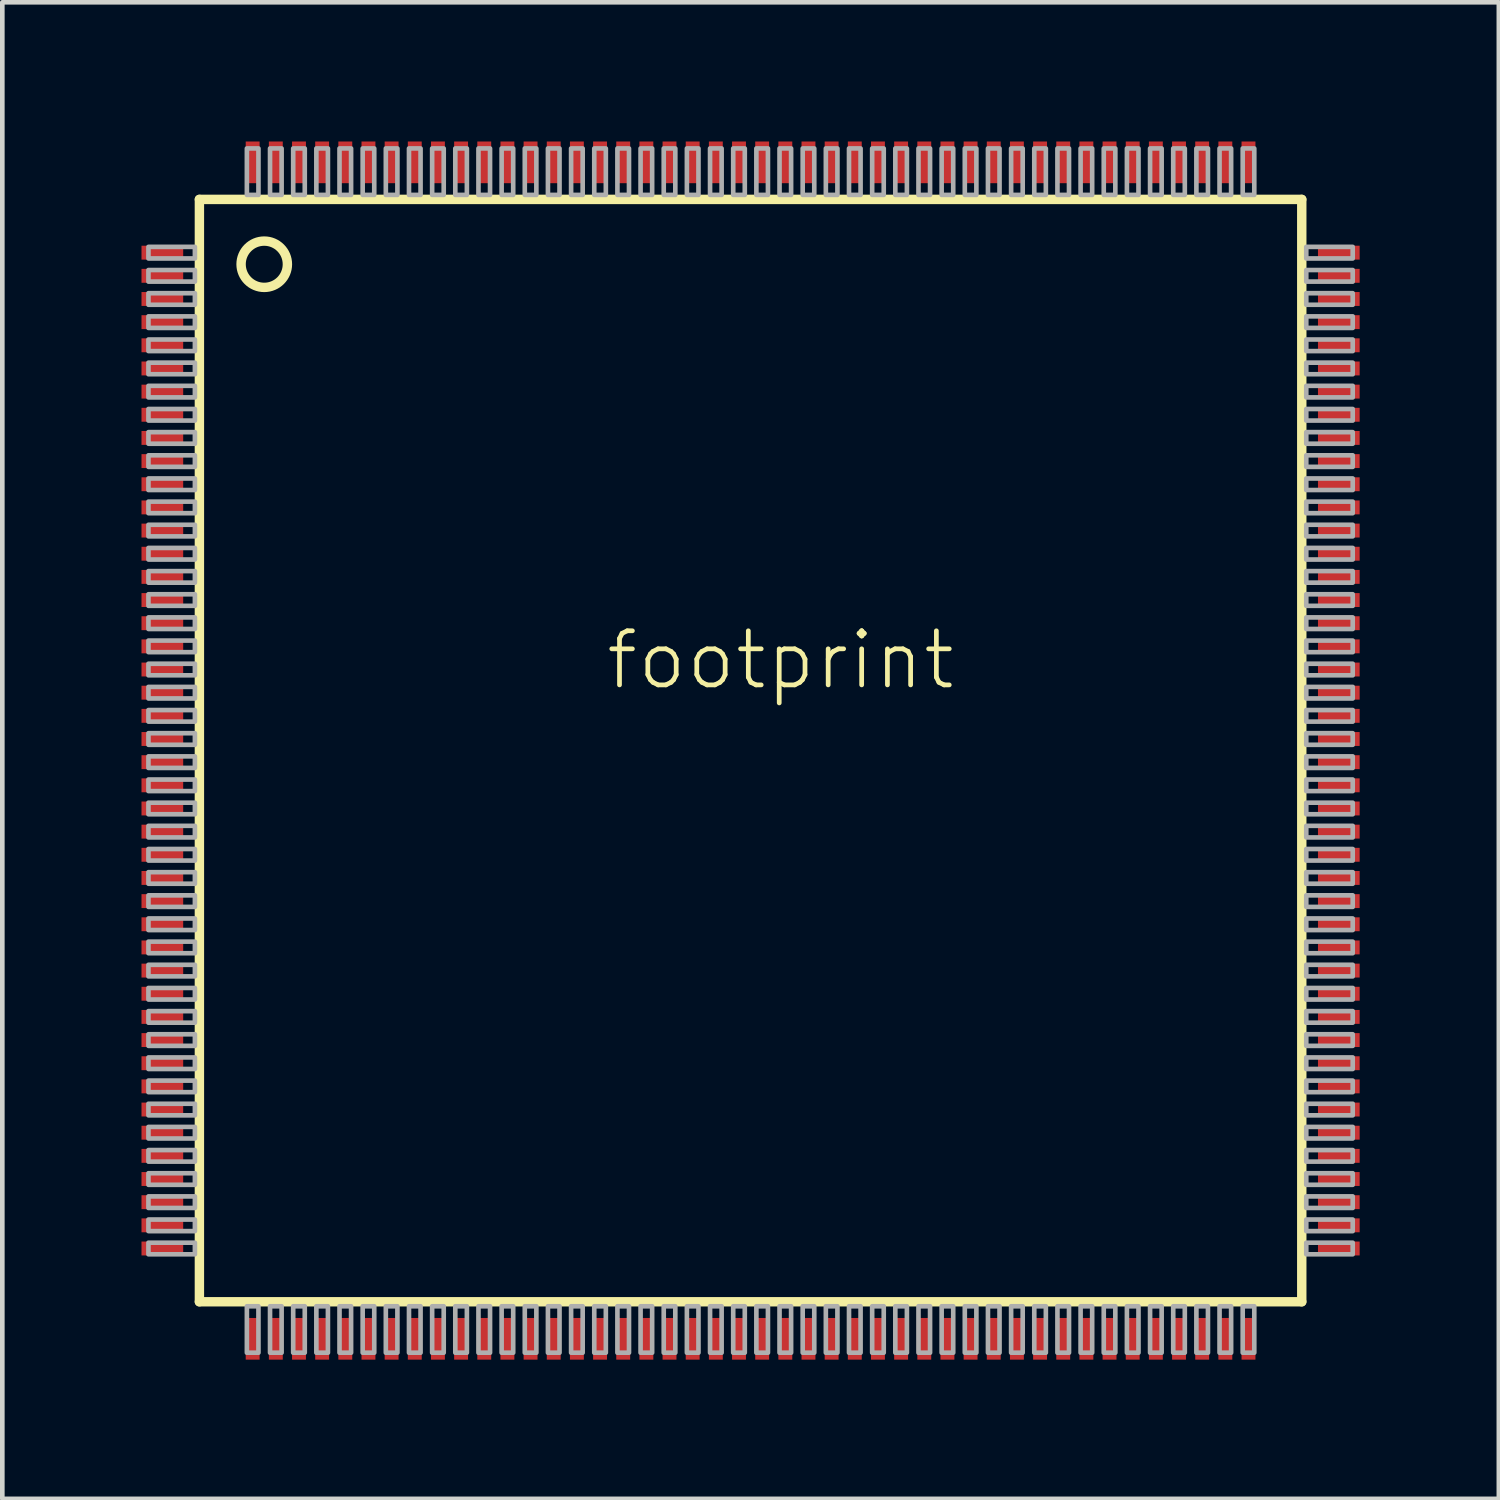
<source format=kicad_pcb>
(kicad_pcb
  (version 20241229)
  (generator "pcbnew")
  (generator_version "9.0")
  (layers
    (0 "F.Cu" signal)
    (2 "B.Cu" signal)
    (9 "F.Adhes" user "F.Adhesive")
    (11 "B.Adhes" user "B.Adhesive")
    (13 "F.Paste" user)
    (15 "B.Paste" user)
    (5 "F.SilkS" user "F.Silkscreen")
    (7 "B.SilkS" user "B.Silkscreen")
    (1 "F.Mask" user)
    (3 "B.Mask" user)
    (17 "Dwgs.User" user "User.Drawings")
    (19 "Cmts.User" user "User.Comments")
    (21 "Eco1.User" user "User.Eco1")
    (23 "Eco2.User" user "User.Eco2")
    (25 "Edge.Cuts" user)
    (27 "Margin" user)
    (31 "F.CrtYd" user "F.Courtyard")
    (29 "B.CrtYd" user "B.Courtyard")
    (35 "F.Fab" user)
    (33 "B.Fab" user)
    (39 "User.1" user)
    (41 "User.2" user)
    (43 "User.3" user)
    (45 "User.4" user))
  (footprint "footprint"
    (layer "F.Cu")
    (at 13.155 13.155)
    (property "Reference" "footprint" (at -3.175 -1.27 0) (layer "F.SilkS") (effects (font (size 1.168 1.168) (thickness 0.102)) (justify left bottom)))
    (fp_poly (pts (xy -13.155 -10.595) (xy -12.245 -10.595) (xy -12.245 -10.905) (xy -13.155 -10.905)) (stroke (width 0) (type solid)) (fill yes) (layer "F.Mask"))
    (fp_poly (pts (xy -13.155 -10.095) (xy -12.245 -10.095) (xy -12.245 -10.405) (xy -13.155 -10.405)) (stroke (width 0) (type solid)) (fill yes) (layer "F.Mask"))
    (fp_poly (pts (xy -13.155 -9.595) (xy -12.245 -9.595) (xy -12.245 -9.905) (xy -13.155 -9.905)) (stroke (width 0) (type solid)) (fill yes) (layer "F.Mask"))
    (fp_poly (pts (xy -13.155 -9.095) (xy -12.245 -9.095) (xy -12.245 -9.405) (xy -13.155 -9.405)) (stroke (width 0) (type solid)) (fill yes) (layer "F.Mask"))
    (fp_poly (pts (xy -13.155 -8.595) (xy -12.245 -8.595) (xy -12.245 -8.905) (xy -13.155 -8.905)) (stroke (width 0) (type solid)) (fill yes) (layer "F.Mask"))
    (fp_poly (pts (xy -13.155 -8.095) (xy -12.245 -8.095) (xy -12.245 -8.405) (xy -13.155 -8.405)) (stroke (width 0) (type solid)) (fill yes) (layer "F.Mask"))
    (fp_poly (pts (xy -13.155 -7.595) (xy -12.245 -7.595) (xy -12.245 -7.905) (xy -13.155 -7.905)) (stroke (width 0) (type solid)) (fill yes) (layer "F.Mask"))
    (fp_poly (pts (xy -13.155 -7.095) (xy -12.245 -7.095) (xy -12.245 -7.405) (xy -13.155 -7.405)) (stroke (width 0) (type solid)) (fill yes) (layer "F.Mask"))
    (fp_poly (pts (xy -13.155 -6.595) (xy -12.245 -6.595) (xy -12.245 -6.905) (xy -13.155 -6.905)) (stroke (width 0) (type solid)) (fill yes) (layer "F.Mask"))
    (fp_poly (pts (xy -13.155 -6.095) (xy -12.245 -6.095) (xy -12.245 -6.405) (xy -13.155 -6.405)) (stroke (width 0) (type solid)) (fill yes) (layer "F.Mask"))
    (fp_poly (pts (xy -13.155 -5.595) (xy -12.245 -5.595) (xy -12.245 -5.905) (xy -13.155 -5.905)) (stroke (width 0) (type solid)) (fill yes) (layer "F.Mask"))
    (fp_poly (pts (xy -13.155 -5.095) (xy -12.245 -5.095) (xy -12.245 -5.405) (xy -13.155 -5.405)) (stroke (width 0) (type solid)) (fill yes) (layer "F.Mask"))
    (fp_poly (pts (xy -13.155 -4.595) (xy -12.245 -4.595) (xy -12.245 -4.905) (xy -13.155 -4.905)) (stroke (width 0) (type solid)) (fill yes) (layer "F.Mask"))
    (fp_poly (pts (xy -13.155 -4.095) (xy -12.245 -4.095) (xy -12.245 -4.405) (xy -13.155 -4.405)) (stroke (width 0) (type solid)) (fill yes) (layer "F.Mask"))
    (fp_poly (pts (xy -13.155 -3.595) (xy -12.245 -3.595) (xy -12.245 -3.905) (xy -13.155 -3.905)) (stroke (width 0) (type solid)) (fill yes) (layer "F.Mask"))
    (fp_poly (pts (xy -13.155 -3.095) (xy -12.245 -3.095) (xy -12.245 -3.405) (xy -13.155 -3.405)) (stroke (width 0) (type solid)) (fill yes) (layer "F.Mask"))
    (fp_poly (pts (xy -13.155 -2.595) (xy -12.245 -2.595) (xy -12.245 -2.905) (xy -13.155 -2.905)) (stroke (width 0) (type solid)) (fill yes) (layer "F.Mask"))
    (fp_poly (pts (xy -13.155 -2.095) (xy -12.245 -2.095) (xy -12.245 -2.405) (xy -13.155 -2.405)) (stroke (width 0) (type solid)) (fill yes) (layer "F.Mask"))
    (fp_poly (pts (xy -13.155 -1.595) (xy -12.245 -1.595) (xy -12.245 -1.905) (xy -13.155 -1.905)) (stroke (width 0) (type solid)) (fill yes) (layer "F.Mask"))
    (fp_poly (pts (xy -13.155 -1.095) (xy -12.245 -1.095) (xy -12.245 -1.405) (xy -13.155 -1.405)) (stroke (width 0) (type solid)) (fill yes) (layer "F.Mask"))
    (fp_poly (pts (xy -13.155 -0.595) (xy -12.245 -0.595) (xy -12.245 -0.905) (xy -13.155 -0.905)) (stroke (width 0) (type solid)) (fill yes) (layer "F.Mask"))
    (fp_poly (pts (xy -13.155 -0.095) (xy -12.245 -0.095) (xy -12.245 -0.405) (xy -13.155 -0.405)) (stroke (width 0) (type solid)) (fill yes) (layer "F.Mask"))
    (fp_poly (pts (xy -13.155 0.405) (xy -12.245 0.405) (xy -12.245 0.095) (xy -13.155 0.095)) (stroke (width 0) (type solid)) (fill yes) (layer "F.Mask"))
    (fp_poly (pts (xy -13.155 0.905) (xy -12.245 0.905) (xy -12.245 0.595) (xy -13.155 0.595)) (stroke (width 0) (type solid)) (fill yes) (layer "F.Mask"))
    (fp_poly (pts (xy -13.155 1.405) (xy -12.245 1.405) (xy -12.245 1.095) (xy -13.155 1.095)) (stroke (width 0) (type solid)) (fill yes) (layer "F.Mask"))
    (fp_poly (pts (xy -13.155 1.905) (xy -12.245 1.905) (xy -12.245 1.595) (xy -13.155 1.595)) (stroke (width 0) (type solid)) (fill yes) (layer "F.Mask"))
    (fp_poly (pts (xy -13.155 2.405) (xy -12.245 2.405) (xy -12.245 2.095) (xy -13.155 2.095)) (stroke (width 0) (type solid)) (fill yes) (layer "F.Mask"))
    (fp_poly (pts (xy -13.155 2.905) (xy -12.245 2.905) (xy -12.245 2.595) (xy -13.155 2.595)) (stroke (width 0) (type solid)) (fill yes) (layer "F.Mask"))
    (fp_poly (pts (xy -13.155 3.405) (xy -12.245 3.405) (xy -12.245 3.095) (xy -13.155 3.095)) (stroke (width 0) (type solid)) (fill yes) (layer "F.Mask"))
    (fp_poly (pts (xy -13.155 3.905) (xy -12.245 3.905) (xy -12.245 3.595) (xy -13.155 3.595)) (stroke (width 0) (type solid)) (fill yes) (layer "F.Mask"))
    (fp_poly (pts (xy -13.155 4.405) (xy -12.245 4.405) (xy -12.245 4.095) (xy -13.155 4.095)) (stroke (width 0) (type solid)) (fill yes) (layer "F.Mask"))
    (fp_poly (pts (xy -13.155 4.905) (xy -12.245 4.905) (xy -12.245 4.595) (xy -13.155 4.595)) (stroke (width 0) (type solid)) (fill yes) (layer "F.Mask"))
    (fp_poly (pts (xy -13.155 5.405) (xy -12.245 5.405) (xy -12.245 5.095) (xy -13.155 5.095)) (stroke (width 0) (type solid)) (fill yes) (layer "F.Mask"))
    (fp_poly (pts (xy -13.155 5.905) (xy -12.245 5.905) (xy -12.245 5.595) (xy -13.155 5.595)) (stroke (width 0) (type solid)) (fill yes) (layer "F.Mask"))
    (fp_poly (pts (xy -13.155 6.405) (xy -12.245 6.405) (xy -12.245 6.095) (xy -13.155 6.095)) (stroke (width 0) (type solid)) (fill yes) (layer "F.Mask"))
    (fp_poly (pts (xy -13.155 6.905) (xy -12.245 6.905) (xy -12.245 6.595) (xy -13.155 6.595)) (stroke (width 0) (type solid)) (fill yes) (layer "F.Mask"))
    (fp_poly (pts (xy -13.155 7.405) (xy -12.245 7.405) (xy -12.245 7.095) (xy -13.155 7.095)) (stroke (width 0) (type solid)) (fill yes) (layer "F.Mask"))
    (fp_poly (pts (xy -13.155 7.905) (xy -12.245 7.905) (xy -12.245 7.595) (xy -13.155 7.595)) (stroke (width 0) (type solid)) (fill yes) (layer "F.Mask"))
    (fp_poly (pts (xy -13.155 8.405) (xy -12.245 8.405) (xy -12.245 8.095) (xy -13.155 8.095)) (stroke (width 0) (type solid)) (fill yes) (layer "F.Mask"))
    (fp_poly (pts (xy -13.155 8.905) (xy -12.245 8.905) (xy -12.245 8.595) (xy -13.155 8.595)) (stroke (width 0) (type solid)) (fill yes) (layer "F.Mask"))
    (fp_poly (pts (xy -13.155 9.405) (xy -12.245 9.405) (xy -12.245 9.095) (xy -13.155 9.095)) (stroke (width 0) (type solid)) (fill yes) (layer "F.Mask"))
    (fp_poly (pts (xy -13.155 9.905) (xy -12.245 9.905) (xy -12.245 9.595) (xy -13.155 9.595)) (stroke (width 0) (type solid)) (fill yes) (layer "F.Mask"))
    (fp_poly (pts (xy -13.155 10.405) (xy -12.245 10.405) (xy -12.245 10.095) (xy -13.155 10.095)) (stroke (width 0) (type solid)) (fill yes) (layer "F.Mask"))
    (fp_poly (pts (xy -13.155 10.905) (xy -12.245 10.905) (xy -12.245 10.595) (xy -13.155 10.595)) (stroke (width 0) (type solid)) (fill yes) (layer "F.Mask"))
    (fp_poly (pts (xy -10.905 -13.155) (xy -10.905 -12.245) (xy -10.595 -12.245) (xy -10.595 -13.155)) (stroke (width 0) (type solid)) (fill yes) (layer "F.Mask"))
    (fp_poly (pts (xy -10.595 13.155) (xy -10.595 12.245) (xy -10.905 12.245) (xy -10.905 13.155)) (stroke (width 0) (type solid)) (fill yes) (layer "F.Mask"))
    (fp_poly (pts (xy -10.405 -13.155) (xy -10.405 -12.245) (xy -10.095 -12.245) (xy -10.095 -13.155)) (stroke (width 0) (type solid)) (fill yes) (layer "F.Mask"))
    (fp_poly (pts (xy -10.095 13.155) (xy -10.095 12.245) (xy -10.405 12.245) (xy -10.405 13.155)) (stroke (width 0) (type solid)) (fill yes) (layer "F.Mask"))
    (fp_poly (pts (xy -9.905 -13.155) (xy -9.905 -12.245) (xy -9.595 -12.245) (xy -9.595 -13.155)) (stroke (width 0) (type solid)) (fill yes) (layer "F.Mask"))
    (fp_poly (pts (xy -9.595 13.155) (xy -9.595 12.245) (xy -9.905 12.245) (xy -9.905 13.155)) (stroke (width 0) (type solid)) (fill yes) (layer "F.Mask"))
    (fp_poly (pts (xy -9.405 -13.155) (xy -9.405 -12.245) (xy -9.095 -12.245) (xy -9.095 -13.155)) (stroke (width 0) (type solid)) (fill yes) (layer "F.Mask"))
    (fp_poly (pts (xy -9.095 13.155) (xy -9.095 12.245) (xy -9.405 12.245) (xy -9.405 13.155)) (stroke (width 0) (type solid)) (fill yes) (layer "F.Mask"))
    (fp_poly (pts (xy -8.905 -13.155) (xy -8.905 -12.245) (xy -8.595 -12.245) (xy -8.595 -13.155)) (stroke (width 0) (type solid)) (fill yes) (layer "F.Mask"))
    (fp_poly (pts (xy -8.595 13.155) (xy -8.595 12.245) (xy -8.905 12.245) (xy -8.905 13.155)) (stroke (width 0) (type solid)) (fill yes) (layer "F.Mask"))
    (fp_poly (pts (xy -8.405 -13.155) (xy -8.405 -12.245) (xy -8.095 -12.245) (xy -8.095 -13.155)) (stroke (width 0) (type solid)) (fill yes) (layer "F.Mask"))
    (fp_poly (pts (xy -8.095 13.155) (xy -8.095 12.245) (xy -8.405 12.245) (xy -8.405 13.155)) (stroke (width 0) (type solid)) (fill yes) (layer "F.Mask"))
    (fp_poly (pts (xy -7.905 -13.155) (xy -7.905 -12.245) (xy -7.595 -12.245) (xy -7.595 -13.155)) (stroke (width 0) (type solid)) (fill yes) (layer "F.Mask"))
    (fp_poly (pts (xy -7.595 13.155) (xy -7.595 12.245) (xy -7.905 12.245) (xy -7.905 13.155)) (stroke (width 0) (type solid)) (fill yes) (layer "F.Mask"))
    (fp_poly (pts (xy -7.405 -13.155) (xy -7.405 -12.245) (xy -7.095 -12.245) (xy -7.095 -13.155)) (stroke (width 0) (type solid)) (fill yes) (layer "F.Mask"))
    (fp_poly (pts (xy -7.095 13.155) (xy -7.095 12.245) (xy -7.405 12.245) (xy -7.405 13.155)) (stroke (width 0) (type solid)) (fill yes) (layer "F.Mask"))
    (fp_poly (pts (xy -6.905 -13.155) (xy -6.905 -12.245) (xy -6.595 -12.245) (xy -6.595 -13.155)) (stroke (width 0) (type solid)) (fill yes) (layer "F.Mask"))
    (fp_poly (pts (xy -6.595 13.155) (xy -6.595 12.245) (xy -6.905 12.245) (xy -6.905 13.155)) (stroke (width 0) (type solid)) (fill yes) (layer "F.Mask"))
    (fp_poly (pts (xy -6.405 -13.155) (xy -6.405 -12.245) (xy -6.095 -12.245) (xy -6.095 -13.155)) (stroke (width 0) (type solid)) (fill yes) (layer "F.Mask"))
    (fp_poly (pts (xy -6.095 13.155) (xy -6.095 12.245) (xy -6.405 12.245) (xy -6.405 13.155)) (stroke (width 0) (type solid)) (fill yes) (layer "F.Mask"))
    (fp_poly (pts (xy -5.905 -13.155) (xy -5.905 -12.245) (xy -5.595 -12.245) (xy -5.595 -13.155)) (stroke (width 0) (type solid)) (fill yes) (layer "F.Mask"))
    (fp_poly (pts (xy -5.595 13.155) (xy -5.595 12.245) (xy -5.905 12.245) (xy -5.905 13.155)) (stroke (width 0) (type solid)) (fill yes) (layer "F.Mask"))
    (fp_poly (pts (xy -5.405 -13.155) (xy -5.405 -12.245) (xy -5.095 -12.245) (xy -5.095 -13.155)) (stroke (width 0) (type solid)) (fill yes) (layer "F.Mask"))
    (fp_poly (pts (xy -5.095 13.155) (xy -5.095 12.245) (xy -5.405 12.245) (xy -5.405 13.155)) (stroke (width 0) (type solid)) (fill yes) (layer "F.Mask"))
    (fp_poly (pts (xy -4.905 -13.155) (xy -4.905 -12.245) (xy -4.595 -12.245) (xy -4.595 -13.155)) (stroke (width 0) (type solid)) (fill yes) (layer "F.Mask"))
    (fp_poly (pts (xy -4.595 13.155) (xy -4.595 12.245) (xy -4.905 12.245) (xy -4.905 13.155)) (stroke (width 0) (type solid)) (fill yes) (layer "F.Mask"))
    (fp_poly (pts (xy -4.405 -13.155) (xy -4.405 -12.245) (xy -4.095 -12.245) (xy -4.095 -13.155)) (stroke (width 0) (type solid)) (fill yes) (layer "F.Mask"))
    (fp_poly (pts (xy -4.095 13.155) (xy -4.095 12.245) (xy -4.405 12.245) (xy -4.405 13.155)) (stroke (width 0) (type solid)) (fill yes) (layer "F.Mask"))
    (fp_poly (pts (xy -3.905 -13.155) (xy -3.905 -12.245) (xy -3.595 -12.245) (xy -3.595 -13.155)) (stroke (width 0) (type solid)) (fill yes) (layer "F.Mask"))
    (fp_poly (pts (xy -3.595 13.155) (xy -3.595 12.245) (xy -3.905 12.245) (xy -3.905 13.155)) (stroke (width 0) (type solid)) (fill yes) (layer "F.Mask"))
    (fp_poly (pts (xy -3.405 -13.155) (xy -3.405 -12.245) (xy -3.095 -12.245) (xy -3.095 -13.155)) (stroke (width 0) (type solid)) (fill yes) (layer "F.Mask"))
    (fp_poly (pts (xy -3.095 13.155) (xy -3.095 12.245) (xy -3.405 12.245) (xy -3.405 13.155)) (stroke (width 0) (type solid)) (fill yes) (layer "F.Mask"))
    (fp_poly (pts (xy -2.905 -13.155) (xy -2.905 -12.245) (xy -2.595 -12.245) (xy -2.595 -13.155)) (stroke (width 0) (type solid)) (fill yes) (layer "F.Mask"))
    (fp_poly (pts (xy -2.595 13.155) (xy -2.595 12.245) (xy -2.905 12.245) (xy -2.905 13.155)) (stroke (width 0) (type solid)) (fill yes) (layer "F.Mask"))
    (fp_poly (pts (xy -2.405 -13.155) (xy -2.405 -12.245) (xy -2.095 -12.245) (xy -2.095 -13.155)) (stroke (width 0) (type solid)) (fill yes) (layer "F.Mask"))
    (fp_poly (pts (xy -2.095 13.155) (xy -2.095 12.245) (xy -2.405 12.245) (xy -2.405 13.155)) (stroke (width 0) (type solid)) (fill yes) (layer "F.Mask"))
    (fp_poly (pts (xy -1.905 -13.155) (xy -1.905 -12.245) (xy -1.595 -12.245) (xy -1.595 -13.155)) (stroke (width 0) (type solid)) (fill yes) (layer "F.Mask"))
    (fp_poly (pts (xy -1.595 13.155) (xy -1.595 12.245) (xy -1.905 12.245) (xy -1.905 13.155)) (stroke (width 0) (type solid)) (fill yes) (layer "F.Mask"))
    (fp_poly (pts (xy -1.405 -13.155) (xy -1.405 -12.245) (xy -1.095 -12.245) (xy -1.095 -13.155)) (stroke (width 0) (type solid)) (fill yes) (layer "F.Mask"))
    (fp_poly (pts (xy -1.095 13.155) (xy -1.095 12.245) (xy -1.405 12.245) (xy -1.405 13.155)) (stroke (width 0) (type solid)) (fill yes) (layer "F.Mask"))
    (fp_poly (pts (xy -0.905 -13.155) (xy -0.905 -12.245) (xy -0.595 -12.245) (xy -0.595 -13.155)) (stroke (width 0) (type solid)) (fill yes) (layer "F.Mask"))
    (fp_poly (pts (xy -0.595 13.155) (xy -0.595 12.245) (xy -0.905 12.245) (xy -0.905 13.155)) (stroke (width 0) (type solid)) (fill yes) (layer "F.Mask"))
    (fp_poly (pts (xy -0.405 -13.155) (xy -0.405 -12.245) (xy -0.095 -12.245) (xy -0.095 -13.155)) (stroke (width 0) (type solid)) (fill yes) (layer "F.Mask"))
    (fp_poly (pts (xy -0.095 13.155) (xy -0.095 12.245) (xy -0.405 12.245) (xy -0.405 13.155)) (stroke (width 0) (type solid)) (fill yes) (layer "F.Mask"))
    (fp_poly (pts (xy 0.095 -13.155) (xy 0.095 -12.245) (xy 0.405 -12.245) (xy 0.405 -13.155)) (stroke (width 0) (type solid)) (fill yes) (layer "F.Mask"))
    (fp_poly (pts (xy 0.405 13.155) (xy 0.405 12.245) (xy 0.095 12.245) (xy 0.095 13.155)) (stroke (width 0) (type solid)) (fill yes) (layer "F.Mask"))
    (fp_poly (pts (xy 0.595 -13.155) (xy 0.595 -12.245) (xy 0.905 -12.245) (xy 0.905 -13.155)) (stroke (width 0) (type solid)) (fill yes) (layer "F.Mask"))
    (fp_poly (pts (xy 0.905 13.155) (xy 0.905 12.245) (xy 0.595 12.245) (xy 0.595 13.155)) (stroke (width 0) (type solid)) (fill yes) (layer "F.Mask"))
    (fp_poly (pts (xy 1.095 -13.155) (xy 1.095 -12.245) (xy 1.405 -12.245) (xy 1.405 -13.155)) (stroke (width 0) (type solid)) (fill yes) (layer "F.Mask"))
    (fp_poly (pts (xy 1.405 13.155) (xy 1.405 12.245) (xy 1.095 12.245) (xy 1.095 13.155)) (stroke (width 0) (type solid)) (fill yes) (layer "F.Mask"))
    (fp_poly (pts (xy 1.595 -13.155) (xy 1.595 -12.245) (xy 1.905 -12.245) (xy 1.905 -13.155)) (stroke (width 0) (type solid)) (fill yes) (layer "F.Mask"))
    (fp_poly (pts (xy 1.905 13.155) (xy 1.905 12.245) (xy 1.595 12.245) (xy 1.595 13.155)) (stroke (width 0) (type solid)) (fill yes) (layer "F.Mask"))
    (fp_poly (pts (xy 2.095 -13.155) (xy 2.095 -12.245) (xy 2.405 -12.245) (xy 2.405 -13.155)) (stroke (width 0) (type solid)) (fill yes) (layer "F.Mask"))
    (fp_poly (pts (xy 2.405 13.155) (xy 2.405 12.245) (xy 2.095 12.245) (xy 2.095 13.155)) (stroke (width 0) (type solid)) (fill yes) (layer "F.Mask"))
    (fp_poly (pts (xy 2.595 -13.155) (xy 2.595 -12.245) (xy 2.905 -12.245) (xy 2.905 -13.155)) (stroke (width 0) (type solid)) (fill yes) (layer "F.Mask"))
    (fp_poly (pts (xy 2.905 13.155) (xy 2.905 12.245) (xy 2.595 12.245) (xy 2.595 13.155)) (stroke (width 0) (type solid)) (fill yes) (layer "F.Mask"))
    (fp_poly (pts (xy 3.095 -13.155) (xy 3.095 -12.245) (xy 3.405 -12.245) (xy 3.405 -13.155)) (stroke (width 0) (type solid)) (fill yes) (layer "F.Mask"))
    (fp_poly (pts (xy 3.405 13.155) (xy 3.405 12.245) (xy 3.095 12.245) (xy 3.095 13.155)) (stroke (width 0) (type solid)) (fill yes) (layer "F.Mask"))
    (fp_poly (pts (xy 3.595 -13.155) (xy 3.595 -12.245) (xy 3.905 -12.245) (xy 3.905 -13.155)) (stroke (width 0) (type solid)) (fill yes) (layer "F.Mask"))
    (fp_poly (pts (xy 3.905 13.155) (xy 3.905 12.245) (xy 3.595 12.245) (xy 3.595 13.155)) (stroke (width 0) (type solid)) (fill yes) (layer "F.Mask"))
    (fp_poly (pts (xy 4.095 -13.155) (xy 4.095 -12.245) (xy 4.405 -12.245) (xy 4.405 -13.155)) (stroke (width 0) (type solid)) (fill yes) (layer "F.Mask"))
    (fp_poly (pts (xy 4.405 13.155) (xy 4.405 12.245) (xy 4.095 12.245) (xy 4.095 13.155)) (stroke (width 0) (type solid)) (fill yes) (layer "F.Mask"))
    (fp_poly (pts (xy 4.595 -13.155) (xy 4.595 -12.245) (xy 4.905 -12.245) (xy 4.905 -13.155)) (stroke (width 0) (type solid)) (fill yes) (layer "F.Mask"))
    (fp_poly (pts (xy 4.905 13.155) (xy 4.905 12.245) (xy 4.595 12.245) (xy 4.595 13.155)) (stroke (width 0) (type solid)) (fill yes) (layer "F.Mask"))
    (fp_poly (pts (xy 5.095 -13.155) (xy 5.095 -12.245) (xy 5.405 -12.245) (xy 5.405 -13.155)) (stroke (width 0) (type solid)) (fill yes) (layer "F.Mask"))
    (fp_poly (pts (xy 5.405 13.155) (xy 5.405 12.245) (xy 5.095 12.245) (xy 5.095 13.155)) (stroke (width 0) (type solid)) (fill yes) (layer "F.Mask"))
    (fp_poly (pts (xy 5.595 -13.155) (xy 5.595 -12.245) (xy 5.905 -12.245) (xy 5.905 -13.155)) (stroke (width 0) (type solid)) (fill yes) (layer "F.Mask"))
    (fp_poly (pts (xy 5.905 13.155) (xy 5.905 12.245) (xy 5.595 12.245) (xy 5.595 13.155)) (stroke (width 0) (type solid)) (fill yes) (layer "F.Mask"))
    (fp_poly (pts (xy 6.095 -13.155) (xy 6.095 -12.245) (xy 6.405 -12.245) (xy 6.405 -13.155)) (stroke (width 0) (type solid)) (fill yes) (layer "F.Mask"))
    (fp_poly (pts (xy 6.405 13.155) (xy 6.405 12.245) (xy 6.095 12.245) (xy 6.095 13.155)) (stroke (width 0) (type solid)) (fill yes) (layer "F.Mask"))
    (fp_poly (pts (xy 6.595 -13.155) (xy 6.595 -12.245) (xy 6.905 -12.245) (xy 6.905 -13.155)) (stroke (width 0) (type solid)) (fill yes) (layer "F.Mask"))
    (fp_poly (pts (xy 6.905 13.155) (xy 6.905 12.245) (xy 6.595 12.245) (xy 6.595 13.155)) (stroke (width 0) (type solid)) (fill yes) (layer "F.Mask"))
    (fp_poly (pts (xy 7.095 -13.155) (xy 7.095 -12.245) (xy 7.405 -12.245) (xy 7.405 -13.155)) (stroke (width 0) (type solid)) (fill yes) (layer "F.Mask"))
    (fp_poly (pts (xy 7.405 13.155) (xy 7.405 12.245) (xy 7.095 12.245) (xy 7.095 13.155)) (stroke (width 0) (type solid)) (fill yes) (layer "F.Mask"))
    (fp_poly (pts (xy 7.595 -13.155) (xy 7.595 -12.245) (xy 7.905 -12.245) (xy 7.905 -13.155)) (stroke (width 0) (type solid)) (fill yes) (layer "F.Mask"))
    (fp_poly (pts (xy 7.905 13.155) (xy 7.905 12.245) (xy 7.595 12.245) (xy 7.595 13.155)) (stroke (width 0) (type solid)) (fill yes) (layer "F.Mask"))
    (fp_poly (pts (xy 8.095 -13.155) (xy 8.095 -12.245) (xy 8.405 -12.245) (xy 8.405 -13.155)) (stroke (width 0) (type solid)) (fill yes) (layer "F.Mask"))
    (fp_poly (pts (xy 8.405 13.155) (xy 8.405 12.245) (xy 8.095 12.245) (xy 8.095 13.155)) (stroke (width 0) (type solid)) (fill yes) (layer "F.Mask"))
    (fp_poly (pts (xy 8.595 -13.155) (xy 8.595 -12.245) (xy 8.905 -12.245) (xy 8.905 -13.155)) (stroke (width 0) (type solid)) (fill yes) (layer "F.Mask"))
    (fp_poly (pts (xy 8.905 13.155) (xy 8.905 12.245) (xy 8.595 12.245) (xy 8.595 13.155)) (stroke (width 0) (type solid)) (fill yes) (layer "F.Mask"))
    (fp_poly (pts (xy 9.095 -13.155) (xy 9.095 -12.245) (xy 9.405 -12.245) (xy 9.405 -13.155)) (stroke (width 0) (type solid)) (fill yes) (layer "F.Mask"))
    (fp_poly (pts (xy 9.405 13.155) (xy 9.405 12.245) (xy 9.095 12.245) (xy 9.095 13.155)) (stroke (width 0) (type solid)) (fill yes) (layer "F.Mask"))
    (fp_poly (pts (xy 9.595 -13.155) (xy 9.595 -12.245) (xy 9.905 -12.245) (xy 9.905 -13.155)) (stroke (width 0) (type solid)) (fill yes) (layer "F.Mask"))
    (fp_poly (pts (xy 9.905 13.155) (xy 9.905 12.245) (xy 9.595 12.245) (xy 9.595 13.155)) (stroke (width 0) (type solid)) (fill yes) (layer "F.Mask"))
    (fp_poly (pts (xy 10.095 -13.155) (xy 10.095 -12.245) (xy 10.405 -12.245) (xy 10.405 -13.155)) (stroke (width 0) (type solid)) (fill yes) (layer "F.Mask"))
    (fp_poly (pts (xy 10.405 13.155) (xy 10.405 12.245) (xy 10.095 12.245) (xy 10.095 13.155)) (stroke (width 0) (type solid)) (fill yes) (layer "F.Mask"))
    (fp_poly (pts (xy 10.595 -13.155) (xy 10.595 -12.245) (xy 10.905 -12.245) (xy 10.905 -13.155)) (stroke (width 0) (type solid)) (fill yes) (layer "F.Mask"))
    (fp_poly (pts (xy 10.905 13.155) (xy 10.905 12.245) (xy 10.595 12.245) (xy 10.595 13.155)) (stroke (width 0) (type solid)) (fill yes) (layer "F.Mask"))
    (fp_poly (pts (xy 13.155 -10.905) (xy 12.245 -10.905) (xy 12.245 -10.595) (xy 13.155 -10.595)) (stroke (width 0) (type solid)) (fill yes) (layer "F.Mask"))
    (fp_poly (pts (xy 13.155 -10.405) (xy 12.245 -10.405) (xy 12.245 -10.095) (xy 13.155 -10.095)) (stroke (width 0) (type solid)) (fill yes) (layer "F.Mask"))
    (fp_poly (pts (xy 13.155 -9.905) (xy 12.245 -9.905) (xy 12.245 -9.595) (xy 13.155 -9.595)) (stroke (width 0) (type solid)) (fill yes) (layer "F.Mask"))
    (fp_poly (pts (xy 13.155 -9.405) (xy 12.245 -9.405) (xy 12.245 -9.095) (xy 13.155 -9.095)) (stroke (width 0) (type solid)) (fill yes) (layer "F.Mask"))
    (fp_poly (pts (xy 13.155 -8.905) (xy 12.245 -8.905) (xy 12.245 -8.595) (xy 13.155 -8.595)) (stroke (width 0) (type solid)) (fill yes) (layer "F.Mask"))
    (fp_poly (pts (xy 13.155 -8.405) (xy 12.245 -8.405) (xy 12.245 -8.095) (xy 13.155 -8.095)) (stroke (width 0) (type solid)) (fill yes) (layer "F.Mask"))
    (fp_poly (pts (xy 13.155 -7.905) (xy 12.245 -7.905) (xy 12.245 -7.595) (xy 13.155 -7.595)) (stroke (width 0) (type solid)) (fill yes) (layer "F.Mask"))
    (fp_poly (pts (xy 13.155 -7.405) (xy 12.245 -7.405) (xy 12.245 -7.095) (xy 13.155 -7.095)) (stroke (width 0) (type solid)) (fill yes) (layer "F.Mask"))
    (fp_poly (pts (xy 13.155 -6.905) (xy 12.245 -6.905) (xy 12.245 -6.595) (xy 13.155 -6.595)) (stroke (width 0) (type solid)) (fill yes) (layer "F.Mask"))
    (fp_poly (pts (xy 13.155 -6.405) (xy 12.245 -6.405) (xy 12.245 -6.095) (xy 13.155 -6.095)) (stroke (width 0) (type solid)) (fill yes) (layer "F.Mask"))
    (fp_poly (pts (xy 13.155 -5.905) (xy 12.245 -5.905) (xy 12.245 -5.595) (xy 13.155 -5.595)) (stroke (width 0) (type solid)) (fill yes) (layer "F.Mask"))
    (fp_poly (pts (xy 13.155 -5.405) (xy 12.245 -5.405) (xy 12.245 -5.095) (xy 13.155 -5.095)) (stroke (width 0) (type solid)) (fill yes) (layer "F.Mask"))
    (fp_poly (pts (xy 13.155 -4.905) (xy 12.245 -4.905) (xy 12.245 -4.595) (xy 13.155 -4.595)) (stroke (width 0) (type solid)) (fill yes) (layer "F.Mask"))
    (fp_poly (pts (xy 13.155 -4.405) (xy 12.245 -4.405) (xy 12.245 -4.095) (xy 13.155 -4.095)) (stroke (width 0) (type solid)) (fill yes) (layer "F.Mask"))
    (fp_poly (pts (xy 13.155 -3.905) (xy 12.245 -3.905) (xy 12.245 -3.595) (xy 13.155 -3.595)) (stroke (width 0) (type solid)) (fill yes) (layer "F.Mask"))
    (fp_poly (pts (xy 13.155 -3.405) (xy 12.245 -3.405) (xy 12.245 -3.095) (xy 13.155 -3.095)) (stroke (width 0) (type solid)) (fill yes) (layer "F.Mask"))
    (fp_poly (pts (xy 13.155 -2.905) (xy 12.245 -2.905) (xy 12.245 -2.595) (xy 13.155 -2.595)) (stroke (width 0) (type solid)) (fill yes) (layer "F.Mask"))
    (fp_poly (pts (xy 13.155 -2.405) (xy 12.245 -2.405) (xy 12.245 -2.095) (xy 13.155 -2.095)) (stroke (width 0) (type solid)) (fill yes) (layer "F.Mask"))
    (fp_poly (pts (xy 13.155 -1.905) (xy 12.245 -1.905) (xy 12.245 -1.595) (xy 13.155 -1.595)) (stroke (width 0) (type solid)) (fill yes) (layer "F.Mask"))
    (fp_poly (pts (xy 13.155 -1.405) (xy 12.245 -1.405) (xy 12.245 -1.095) (xy 13.155 -1.095)) (stroke (width 0) (type solid)) (fill yes) (layer "F.Mask"))
    (fp_poly (pts (xy 13.155 -0.905) (xy 12.245 -0.905) (xy 12.245 -0.595) (xy 13.155 -0.595)) (stroke (width 0) (type solid)) (fill yes) (layer "F.Mask"))
    (fp_poly (pts (xy 13.155 -0.405) (xy 12.245 -0.405) (xy 12.245 -0.095) (xy 13.155 -0.095)) (stroke (width 0) (type solid)) (fill yes) (layer "F.Mask"))
    (fp_poly (pts (xy 13.155 0.095) (xy 12.245 0.095) (xy 12.245 0.405) (xy 13.155 0.405)) (stroke (width 0) (type solid)) (fill yes) (layer "F.Mask"))
    (fp_poly (pts (xy 13.155 0.595) (xy 12.245 0.595) (xy 12.245 0.905) (xy 13.155 0.905)) (stroke (width 0) (type solid)) (fill yes) (layer "F.Mask"))
    (fp_poly (pts (xy 13.155 1.095) (xy 12.245 1.095) (xy 12.245 1.405) (xy 13.155 1.405)) (stroke (width 0) (type solid)) (fill yes) (layer "F.Mask"))
    (fp_poly (pts (xy 13.155 1.595) (xy 12.245 1.595) (xy 12.245 1.905) (xy 13.155 1.905)) (stroke (width 0) (type solid)) (fill yes) (layer "F.Mask"))
    (fp_poly (pts (xy 13.155 2.095) (xy 12.245 2.095) (xy 12.245 2.405) (xy 13.155 2.405)) (stroke (width 0) (type solid)) (fill yes) (layer "F.Mask"))
    (fp_poly (pts (xy 13.155 2.595) (xy 12.245 2.595) (xy 12.245 2.905) (xy 13.155 2.905)) (stroke (width 0) (type solid)) (fill yes) (layer "F.Mask"))
    (fp_poly (pts (xy 13.155 3.095) (xy 12.245 3.095) (xy 12.245 3.405) (xy 13.155 3.405)) (stroke (width 0) (type solid)) (fill yes) (layer "F.Mask"))
    (fp_poly (pts (xy 13.155 3.595) (xy 12.245 3.595) (xy 12.245 3.905) (xy 13.155 3.905)) (stroke (width 0) (type solid)) (fill yes) (layer "F.Mask"))
    (fp_poly (pts (xy 13.155 4.095) (xy 12.245 4.095) (xy 12.245 4.405) (xy 13.155 4.405)) (stroke (width 0) (type solid)) (fill yes) (layer "F.Mask"))
    (fp_poly (pts (xy 13.155 4.595) (xy 12.245 4.595) (xy 12.245 4.905) (xy 13.155 4.905)) (stroke (width 0) (type solid)) (fill yes) (layer "F.Mask"))
    (fp_poly (pts (xy 13.155 5.095) (xy 12.245 5.095) (xy 12.245 5.405) (xy 13.155 5.405)) (stroke (width 0) (type solid)) (fill yes) (layer "F.Mask"))
    (fp_poly (pts (xy 13.155 5.595) (xy 12.245 5.595) (xy 12.245 5.905) (xy 13.155 5.905)) (stroke (width 0) (type solid)) (fill yes) (layer "F.Mask"))
    (fp_poly (pts (xy 13.155 6.095) (xy 12.245 6.095) (xy 12.245 6.405) (xy 13.155 6.405)) (stroke (width 0) (type solid)) (fill yes) (layer "F.Mask"))
    (fp_poly (pts (xy 13.155 6.595) (xy 12.245 6.595) (xy 12.245 6.905) (xy 13.155 6.905)) (stroke (width 0) (type solid)) (fill yes) (layer "F.Mask"))
    (fp_poly (pts (xy 13.155 7.095) (xy 12.245 7.095) (xy 12.245 7.405) (xy 13.155 7.405)) (stroke (width 0) (type solid)) (fill yes) (layer "F.Mask"))
    (fp_poly (pts (xy 13.155 7.595) (xy 12.245 7.595) (xy 12.245 7.905) (xy 13.155 7.905)) (stroke (width 0) (type solid)) (fill yes) (layer "F.Mask"))
    (fp_poly (pts (xy 13.155 8.095) (xy 12.245 8.095) (xy 12.245 8.405) (xy 13.155 8.405)) (stroke (width 0) (type solid)) (fill yes) (layer "F.Mask"))
    (fp_poly (pts (xy 13.155 8.595) (xy 12.245 8.595) (xy 12.245 8.905) (xy 13.155 8.905)) (stroke (width 0) (type solid)) (fill yes) (layer "F.Mask"))
    (fp_poly (pts (xy 13.155 9.095) (xy 12.245 9.095) (xy 12.245 9.405) (xy 13.155 9.405)) (stroke (width 0) (type solid)) (fill yes) (layer "F.Mask"))
    (fp_poly (pts (xy 13.155 9.595) (xy 12.245 9.595) (xy 12.245 9.905) (xy 13.155 9.905)) (stroke (width 0) (type solid)) (fill yes) (layer "F.Mask"))
    (fp_poly (pts (xy 13.155 10.095) (xy 12.245 10.095) (xy 12.245 10.405) (xy 13.155 10.405)) (stroke (width 0) (type solid)) (fill yes) (layer "F.Mask"))
    (fp_poly (pts (xy 13.155 10.595) (xy 12.245 10.595) (xy 12.245 10.905) (xy 13.155 10.905)) (stroke (width 0) (type solid)) (fill yes) (layer "F.Mask"))
    (fp_line (start -11.9 -11.9) (end 11.9 -11.9) (stroke (width 0.203) (type solid)) (layer "F.SilkS"))
    (fp_line (start -11.9 11.9) (end -11.9 -11.9) (stroke (width 0.203) (type solid)) (layer "F.SilkS"))
    (fp_line (start 11.9 -11.9) (end 11.9 11.9) (stroke (width 0.203) (type solid)) (layer "F.SilkS"))
    (fp_line (start 11.9 11.9) (end -11.9 11.9) (stroke (width 0.203) (type solid)) (layer "F.SilkS"))
    (fp_circle (center -10.5 -10.5) (end -10 -10.5) (stroke (width 0.203) (type solid)) (fill no) (layer "F.SilkS"))
    (fp_poly (pts (xy -13.145 -10.605) (xy -12.255 -10.605) (xy -12.255 -10.895) (xy -13.145 -10.895)) (stroke (width 0) (type solid)) (fill yes) (layer "F.Paste"))
    (fp_poly (pts (xy -13.145 -10.105) (xy -12.255 -10.105) (xy -12.255 -10.395) (xy -13.145 -10.395)) (stroke (width 0) (type solid)) (fill yes) (layer "F.Paste"))
    (fp_poly (pts (xy -13.145 -9.605) (xy -12.255 -9.605) (xy -12.255 -9.895) (xy -13.145 -9.895)) (stroke (width 0) (type solid)) (fill yes) (layer "F.Paste"))
    (fp_poly (pts (xy -13.145 -9.105) (xy -12.255 -9.105) (xy -12.255 -9.395) (xy -13.145 -9.395)) (stroke (width 0) (type solid)) (fill yes) (layer "F.Paste"))
    (fp_poly (pts (xy -13.145 -8.605) (xy -12.255 -8.605) (xy -12.255 -8.895) (xy -13.145 -8.895)) (stroke (width 0) (type solid)) (fill yes) (layer "F.Paste"))
    (fp_poly (pts (xy -13.145 -8.105) (xy -12.255 -8.105) (xy -12.255 -8.395) (xy -13.145 -8.395)) (stroke (width 0) (type solid)) (fill yes) (layer "F.Paste"))
    (fp_poly (pts (xy -13.145 -7.605) (xy -12.255 -7.605) (xy -12.255 -7.895) (xy -13.145 -7.895)) (stroke (width 0) (type solid)) (fill yes) (layer "F.Paste"))
    (fp_poly (pts (xy -13.145 -7.105) (xy -12.255 -7.105) (xy -12.255 -7.395) (xy -13.145 -7.395)) (stroke (width 0) (type solid)) (fill yes) (layer "F.Paste"))
    (fp_poly (pts (xy -13.145 -6.605) (xy -12.255 -6.605) (xy -12.255 -6.895) (xy -13.145 -6.895)) (stroke (width 0) (type solid)) (fill yes) (layer "F.Paste"))
    (fp_poly (pts (xy -13.145 -6.105) (xy -12.255 -6.105) (xy -12.255 -6.395) (xy -13.145 -6.395)) (stroke (width 0) (type solid)) (fill yes) (layer "F.Paste"))
    (fp_poly (pts (xy -13.145 -5.605) (xy -12.255 -5.605) (xy -12.255 -5.895) (xy -13.145 -5.895)) (stroke (width 0) (type solid)) (fill yes) (layer "F.Paste"))
    (fp_poly (pts (xy -13.145 -5.105) (xy -12.255 -5.105) (xy -12.255 -5.395) (xy -13.145 -5.395)) (stroke (width 0) (type solid)) (fill yes) (layer "F.Paste"))
    (fp_poly (pts (xy -13.145 -4.605) (xy -12.255 -4.605) (xy -12.255 -4.895) (xy -13.145 -4.895)) (stroke (width 0) (type solid)) (fill yes) (layer "F.Paste"))
    (fp_poly (pts (xy -13.145 -4.105) (xy -12.255 -4.105) (xy -12.255 -4.395) (xy -13.145 -4.395)) (stroke (width 0) (type solid)) (fill yes) (layer "F.Paste"))
    (fp_poly (pts (xy -13.145 -3.605) (xy -12.255 -3.605) (xy -12.255 -3.895) (xy -13.145 -3.895)) (stroke (width 0) (type solid)) (fill yes) (layer "F.Paste"))
    (fp_poly (pts (xy -13.145 -3.105) (xy -12.255 -3.105) (xy -12.255 -3.395) (xy -13.145 -3.395)) (stroke (width 0) (type solid)) (fill yes) (layer "F.Paste"))
    (fp_poly (pts (xy -13.145 -2.605) (xy -12.255 -2.605) (xy -12.255 -2.895) (xy -13.145 -2.895)) (stroke (width 0) (type solid)) (fill yes) (layer "F.Paste"))
    (fp_poly (pts (xy -13.145 -2.105) (xy -12.255 -2.105) (xy -12.255 -2.395) (xy -13.145 -2.395)) (stroke (width 0) (type solid)) (fill yes) (layer "F.Paste"))
    (fp_poly (pts (xy -13.145 -1.605) (xy -12.255 -1.605) (xy -12.255 -1.895) (xy -13.145 -1.895)) (stroke (width 0) (type solid)) (fill yes) (layer "F.Paste"))
    (fp_poly (pts (xy -13.145 -1.105) (xy -12.255 -1.105) (xy -12.255 -1.395) (xy -13.145 -1.395)) (stroke (width 0) (type solid)) (fill yes) (layer "F.Paste"))
    (fp_poly (pts (xy -13.145 -0.605) (xy -12.255 -0.605) (xy -12.255 -0.895) (xy -13.145 -0.895)) (stroke (width 0) (type solid)) (fill yes) (layer "F.Paste"))
    (fp_poly (pts (xy -13.145 -0.105) (xy -12.255 -0.105) (xy -12.255 -0.395) (xy -13.145 -0.395)) (stroke (width 0) (type solid)) (fill yes) (layer "F.Paste"))
    (fp_poly (pts (xy -13.145 0.395) (xy -12.255 0.395) (xy -12.255 0.105) (xy -13.145 0.105)) (stroke (width 0) (type solid)) (fill yes) (layer "F.Paste"))
    (fp_poly (pts (xy -13.145 0.895) (xy -12.255 0.895) (xy -12.255 0.605) (xy -13.145 0.605)) (stroke (width 0) (type solid)) (fill yes) (layer "F.Paste"))
    (fp_poly (pts (xy -13.145 1.395) (xy -12.255 1.395) (xy -12.255 1.105) (xy -13.145 1.105)) (stroke (width 0) (type solid)) (fill yes) (layer "F.Paste"))
    (fp_poly (pts (xy -13.145 1.895) (xy -12.255 1.895) (xy -12.255 1.605) (xy -13.145 1.605)) (stroke (width 0) (type solid)) (fill yes) (layer "F.Paste"))
    (fp_poly (pts (xy -13.145 2.395) (xy -12.255 2.395) (xy -12.255 2.105) (xy -13.145 2.105)) (stroke (width 0) (type solid)) (fill yes) (layer "F.Paste"))
    (fp_poly (pts (xy -13.145 2.895) (xy -12.255 2.895) (xy -12.255 2.605) (xy -13.145 2.605)) (stroke (width 0) (type solid)) (fill yes) (layer "F.Paste"))
    (fp_poly (pts (xy -13.145 3.395) (xy -12.255 3.395) (xy -12.255 3.105) (xy -13.145 3.105)) (stroke (width 0) (type solid)) (fill yes) (layer "F.Paste"))
    (fp_poly (pts (xy -13.145 3.895) (xy -12.255 3.895) (xy -12.255 3.605) (xy -13.145 3.605)) (stroke (width 0) (type solid)) (fill yes) (layer "F.Paste"))
    (fp_poly (pts (xy -13.145 4.395) (xy -12.255 4.395) (xy -12.255 4.105) (xy -13.145 4.105)) (stroke (width 0) (type solid)) (fill yes) (layer "F.Paste"))
    (fp_poly (pts (xy -13.145 4.895) (xy -12.255 4.895) (xy -12.255 4.605) (xy -13.145 4.605)) (stroke (width 0) (type solid)) (fill yes) (layer "F.Paste"))
    (fp_poly (pts (xy -13.145 5.395) (xy -12.255 5.395) (xy -12.255 5.105) (xy -13.145 5.105)) (stroke (width 0) (type solid)) (fill yes) (layer "F.Paste"))
    (fp_poly (pts (xy -13.145 5.895) (xy -12.255 5.895) (xy -12.255 5.605) (xy -13.145 5.605)) (stroke (width 0) (type solid)) (fill yes) (layer "F.Paste"))
    (fp_poly (pts (xy -13.145 6.395) (xy -12.255 6.395) (xy -12.255 6.105) (xy -13.145 6.105)) (stroke (width 0) (type solid)) (fill yes) (layer "F.Paste"))
    (fp_poly (pts (xy -13.145 6.895) (xy -12.255 6.895) (xy -12.255 6.605) (xy -13.145 6.605)) (stroke (width 0) (type solid)) (fill yes) (layer "F.Paste"))
    (fp_poly (pts (xy -13.145 7.395) (xy -12.255 7.395) (xy -12.255 7.105) (xy -13.145 7.105)) (stroke (width 0) (type solid)) (fill yes) (layer "F.Paste"))
    (fp_poly (pts (xy -13.145 7.895) (xy -12.255 7.895) (xy -12.255 7.605) (xy -13.145 7.605)) (stroke (width 0) (type solid)) (fill yes) (layer "F.Paste"))
    (fp_poly (pts (xy -13.145 8.395) (xy -12.255 8.395) (xy -12.255 8.105) (xy -13.145 8.105)) (stroke (width 0) (type solid)) (fill yes) (layer "F.Paste"))
    (fp_poly (pts (xy -13.145 8.895) (xy -12.255 8.895) (xy -12.255 8.605) (xy -13.145 8.605)) (stroke (width 0) (type solid)) (fill yes) (layer "F.Paste"))
    (fp_poly (pts (xy -13.145 9.395) (xy -12.255 9.395) (xy -12.255 9.105) (xy -13.145 9.105)) (stroke (width 0) (type solid)) (fill yes) (layer "F.Paste"))
    (fp_poly (pts (xy -13.145 9.895) (xy -12.255 9.895) (xy -12.255 9.605) (xy -13.145 9.605)) (stroke (width 0) (type solid)) (fill yes) (layer "F.Paste"))
    (fp_poly (pts (xy -13.145 10.395) (xy -12.255 10.395) (xy -12.255 10.105) (xy -13.145 10.105)) (stroke (width 0) (type solid)) (fill yes) (layer "F.Paste"))
    (fp_poly (pts (xy -13.145 10.895) (xy -12.255 10.895) (xy -12.255 10.605) (xy -13.145 10.605)) (stroke (width 0) (type solid)) (fill yes) (layer "F.Paste"))
    (fp_poly (pts (xy -10.895 -13.145) (xy -10.895 -12.255) (xy -10.605 -12.255) (xy -10.605 -13.145)) (stroke (width 0) (type solid)) (fill yes) (layer "F.Paste"))
    (fp_poly (pts (xy -10.605 13.145) (xy -10.605 12.255) (xy -10.895 12.255) (xy -10.895 13.145)) (stroke (width 0) (type solid)) (fill yes) (layer "F.Paste"))
    (fp_poly (pts (xy -10.395 -13.145) (xy -10.395 -12.255) (xy -10.105 -12.255) (xy -10.105 -13.145)) (stroke (width 0) (type solid)) (fill yes) (layer "F.Paste"))
    (fp_poly (pts (xy -10.105 13.145) (xy -10.105 12.255) (xy -10.395 12.255) (xy -10.395 13.145)) (stroke (width 0) (type solid)) (fill yes) (layer "F.Paste"))
    (fp_poly (pts (xy -9.895 -13.145) (xy -9.895 -12.255) (xy -9.605 -12.255) (xy -9.605 -13.145)) (stroke (width 0) (type solid)) (fill yes) (layer "F.Paste"))
    (fp_poly (pts (xy -9.605 13.145) (xy -9.605 12.255) (xy -9.895 12.255) (xy -9.895 13.145)) (stroke (width 0) (type solid)) (fill yes) (layer "F.Paste"))
    (fp_poly (pts (xy -9.395 -13.145) (xy -9.395 -12.255) (xy -9.105 -12.255) (xy -9.105 -13.145)) (stroke (width 0) (type solid)) (fill yes) (layer "F.Paste"))
    (fp_poly (pts (xy -9.105 13.145) (xy -9.105 12.255) (xy -9.395 12.255) (xy -9.395 13.145)) (stroke (width 0) (type solid)) (fill yes) (layer "F.Paste"))
    (fp_poly (pts (xy -8.895 -13.145) (xy -8.895 -12.255) (xy -8.605 -12.255) (xy -8.605 -13.145)) (stroke (width 0) (type solid)) (fill yes) (layer "F.Paste"))
    (fp_poly (pts (xy -8.605 13.145) (xy -8.605 12.255) (xy -8.895 12.255) (xy -8.895 13.145)) (stroke (width 0) (type solid)) (fill yes) (layer "F.Paste"))
    (fp_poly (pts (xy -8.395 -13.145) (xy -8.395 -12.255) (xy -8.105 -12.255) (xy -8.105 -13.145)) (stroke (width 0) (type solid)) (fill yes) (layer "F.Paste"))
    (fp_poly (pts (xy -8.105 13.145) (xy -8.105 12.255) (xy -8.395 12.255) (xy -8.395 13.145)) (stroke (width 0) (type solid)) (fill yes) (layer "F.Paste"))
    (fp_poly (pts (xy -7.895 -13.145) (xy -7.895 -12.255) (xy -7.605 -12.255) (xy -7.605 -13.145)) (stroke (width 0) (type solid)) (fill yes) (layer "F.Paste"))
    (fp_poly (pts (xy -7.605 13.145) (xy -7.605 12.255) (xy -7.895 12.255) (xy -7.895 13.145)) (stroke (width 0) (type solid)) (fill yes) (layer "F.Paste"))
    (fp_poly (pts (xy -7.395 -13.145) (xy -7.395 -12.255) (xy -7.105 -12.255) (xy -7.105 -13.145)) (stroke (width 0) (type solid)) (fill yes) (layer "F.Paste"))
    (fp_poly (pts (xy -7.105 13.145) (xy -7.105 12.255) (xy -7.395 12.255) (xy -7.395 13.145)) (stroke (width 0) (type solid)) (fill yes) (layer "F.Paste"))
    (fp_poly (pts (xy -6.895 -13.145) (xy -6.895 -12.255) (xy -6.605 -12.255) (xy -6.605 -13.145)) (stroke (width 0) (type solid)) (fill yes) (layer "F.Paste"))
    (fp_poly (pts (xy -6.605 13.145) (xy -6.605 12.255) (xy -6.895 12.255) (xy -6.895 13.145)) (stroke (width 0) (type solid)) (fill yes) (layer "F.Paste"))
    (fp_poly (pts (xy -6.395 -13.145) (xy -6.395 -12.255) (xy -6.105 -12.255) (xy -6.105 -13.145)) (stroke (width 0) (type solid)) (fill yes) (layer "F.Paste"))
    (fp_poly (pts (xy -6.105 13.145) (xy -6.105 12.255) (xy -6.395 12.255) (xy -6.395 13.145)) (stroke (width 0) (type solid)) (fill yes) (layer "F.Paste"))
    (fp_poly (pts (xy -5.895 -13.145) (xy -5.895 -12.255) (xy -5.605 -12.255) (xy -5.605 -13.145)) (stroke (width 0) (type solid)) (fill yes) (layer "F.Paste"))
    (fp_poly (pts (xy -5.605 13.145) (xy -5.605 12.255) (xy -5.895 12.255) (xy -5.895 13.145)) (stroke (width 0) (type solid)) (fill yes) (layer "F.Paste"))
    (fp_poly (pts (xy -5.395 -13.145) (xy -5.395 -12.255) (xy -5.105 -12.255) (xy -5.105 -13.145)) (stroke (width 0) (type solid)) (fill yes) (layer "F.Paste"))
    (fp_poly (pts (xy -5.105 13.145) (xy -5.105 12.255) (xy -5.395 12.255) (xy -5.395 13.145)) (stroke (width 0) (type solid)) (fill yes) (layer "F.Paste"))
    (fp_poly (pts (xy -4.895 -13.145) (xy -4.895 -12.255) (xy -4.605 -12.255) (xy -4.605 -13.145)) (stroke (width 0) (type solid)) (fill yes) (layer "F.Paste"))
    (fp_poly (pts (xy -4.605 13.145) (xy -4.605 12.255) (xy -4.895 12.255) (xy -4.895 13.145)) (stroke (width 0) (type solid)) (fill yes) (layer "F.Paste"))
    (fp_poly (pts (xy -4.395 -13.145) (xy -4.395 -12.255) (xy -4.105 -12.255) (xy -4.105 -13.145)) (stroke (width 0) (type solid)) (fill yes) (layer "F.Paste"))
    (fp_poly (pts (xy -4.105 13.145) (xy -4.105 12.255) (xy -4.395 12.255) (xy -4.395 13.145)) (stroke (width 0) (type solid)) (fill yes) (layer "F.Paste"))
    (fp_poly (pts (xy -3.895 -13.145) (xy -3.895 -12.255) (xy -3.605 -12.255) (xy -3.605 -13.145)) (stroke (width 0) (type solid)) (fill yes) (layer "F.Paste"))
    (fp_poly (pts (xy -3.605 13.145) (xy -3.605 12.255) (xy -3.895 12.255) (xy -3.895 13.145)) (stroke (width 0) (type solid)) (fill yes) (layer "F.Paste"))
    (fp_poly (pts (xy -3.395 -13.145) (xy -3.395 -12.255) (xy -3.105 -12.255) (xy -3.105 -13.145)) (stroke (width 0) (type solid)) (fill yes) (layer "F.Paste"))
    (fp_poly (pts (xy -3.105 13.145) (xy -3.105 12.255) (xy -3.395 12.255) (xy -3.395 13.145)) (stroke (width 0) (type solid)) (fill yes) (layer "F.Paste"))
    (fp_poly (pts (xy -2.895 -13.145) (xy -2.895 -12.255) (xy -2.605 -12.255) (xy -2.605 -13.145)) (stroke (width 0) (type solid)) (fill yes) (layer "F.Paste"))
    (fp_poly (pts (xy -2.605 13.145) (xy -2.605 12.255) (xy -2.895 12.255) (xy -2.895 13.145)) (stroke (width 0) (type solid)) (fill yes) (layer "F.Paste"))
    (fp_poly (pts (xy -2.395 -13.145) (xy -2.395 -12.255) (xy -2.105 -12.255) (xy -2.105 -13.145)) (stroke (width 0) (type solid)) (fill yes) (layer "F.Paste"))
    (fp_poly (pts (xy -2.105 13.145) (xy -2.105 12.255) (xy -2.395 12.255) (xy -2.395 13.145)) (stroke (width 0) (type solid)) (fill yes) (layer "F.Paste"))
    (fp_poly (pts (xy -1.895 -13.145) (xy -1.895 -12.255) (xy -1.605 -12.255) (xy -1.605 -13.145)) (stroke (width 0) (type solid)) (fill yes) (layer "F.Paste"))
    (fp_poly (pts (xy -1.605 13.145) (xy -1.605 12.255) (xy -1.895 12.255) (xy -1.895 13.145)) (stroke (width 0) (type solid)) (fill yes) (layer "F.Paste"))
    (fp_poly (pts (xy -1.395 -13.145) (xy -1.395 -12.255) (xy -1.105 -12.255) (xy -1.105 -13.145)) (stroke (width 0) (type solid)) (fill yes) (layer "F.Paste"))
    (fp_poly (pts (xy -1.105 13.145) (xy -1.105 12.255) (xy -1.395 12.255) (xy -1.395 13.145)) (stroke (width 0) (type solid)) (fill yes) (layer "F.Paste"))
    (fp_poly (pts (xy -0.895 -13.145) (xy -0.895 -12.255) (xy -0.605 -12.255) (xy -0.605 -13.145)) (stroke (width 0) (type solid)) (fill yes) (layer "F.Paste"))
    (fp_poly (pts (xy -0.605 13.145) (xy -0.605 12.255) (xy -0.895 12.255) (xy -0.895 13.145)) (stroke (width 0) (type solid)) (fill yes) (layer "F.Paste"))
    (fp_poly (pts (xy -0.395 -13.145) (xy -0.395 -12.255) (xy -0.105 -12.255) (xy -0.105 -13.145)) (stroke (width 0) (type solid)) (fill yes) (layer "F.Paste"))
    (fp_poly (pts (xy -0.105 13.145) (xy -0.105 12.255) (xy -0.395 12.255) (xy -0.395 13.145)) (stroke (width 0) (type solid)) (fill yes) (layer "F.Paste"))
    (fp_poly (pts (xy 0.105 -13.145) (xy 0.105 -12.255) (xy 0.395 -12.255) (xy 0.395 -13.145)) (stroke (width 0) (type solid)) (fill yes) (layer "F.Paste"))
    (fp_poly (pts (xy 0.395 13.145) (xy 0.395 12.255) (xy 0.105 12.255) (xy 0.105 13.145)) (stroke (width 0) (type solid)) (fill yes) (layer "F.Paste"))
    (fp_poly (pts (xy 0.605 -13.145) (xy 0.605 -12.255) (xy 0.895 -12.255) (xy 0.895 -13.145)) (stroke (width 0) (type solid)) (fill yes) (layer "F.Paste"))
    (fp_poly (pts (xy 0.895 13.145) (xy 0.895 12.255) (xy 0.605 12.255) (xy 0.605 13.145)) (stroke (width 0) (type solid)) (fill yes) (layer "F.Paste"))
    (fp_poly (pts (xy 1.105 -13.145) (xy 1.105 -12.255) (xy 1.395 -12.255) (xy 1.395 -13.145)) (stroke (width 0) (type solid)) (fill yes) (layer "F.Paste"))
    (fp_poly (pts (xy 1.395 13.145) (xy 1.395 12.255) (xy 1.105 12.255) (xy 1.105 13.145)) (stroke (width 0) (type solid)) (fill yes) (layer "F.Paste"))
    (fp_poly (pts (xy 1.605 -13.145) (xy 1.605 -12.255) (xy 1.895 -12.255) (xy 1.895 -13.145)) (stroke (width 0) (type solid)) (fill yes) (layer "F.Paste"))
    (fp_poly (pts (xy 1.895 13.145) (xy 1.895 12.255) (xy 1.605 12.255) (xy 1.605 13.145)) (stroke (width 0) (type solid)) (fill yes) (layer "F.Paste"))
    (fp_poly (pts (xy 2.105 -13.145) (xy 2.105 -12.255) (xy 2.395 -12.255) (xy 2.395 -13.145)) (stroke (width 0) (type solid)) (fill yes) (layer "F.Paste"))
    (fp_poly (pts (xy 2.395 13.145) (xy 2.395 12.255) (xy 2.105 12.255) (xy 2.105 13.145)) (stroke (width 0) (type solid)) (fill yes) (layer "F.Paste"))
    (fp_poly (pts (xy 2.605 -13.145) (xy 2.605 -12.255) (xy 2.895 -12.255) (xy 2.895 -13.145)) (stroke (width 0) (type solid)) (fill yes) (layer "F.Paste"))
    (fp_poly (pts (xy 2.895 13.145) (xy 2.895 12.255) (xy 2.605 12.255) (xy 2.605 13.145)) (stroke (width 0) (type solid)) (fill yes) (layer "F.Paste"))
    (fp_poly (pts (xy 3.105 -13.145) (xy 3.105 -12.255) (xy 3.395 -12.255) (xy 3.395 -13.145)) (stroke (width 0) (type solid)) (fill yes) (layer "F.Paste"))
    (fp_poly (pts (xy 3.395 13.145) (xy 3.395 12.255) (xy 3.105 12.255) (xy 3.105 13.145)) (stroke (width 0) (type solid)) (fill yes) (layer "F.Paste"))
    (fp_poly (pts (xy 3.605 -13.145) (xy 3.605 -12.255) (xy 3.895 -12.255) (xy 3.895 -13.145)) (stroke (width 0) (type solid)) (fill yes) (layer "F.Paste"))
    (fp_poly (pts (xy 3.895 13.145) (xy 3.895 12.255) (xy 3.605 12.255) (xy 3.605 13.145)) (stroke (width 0) (type solid)) (fill yes) (layer "F.Paste"))
    (fp_poly (pts (xy 4.105 -13.145) (xy 4.105 -12.255) (xy 4.395 -12.255) (xy 4.395 -13.145)) (stroke (width 0) (type solid)) (fill yes) (layer "F.Paste"))
    (fp_poly (pts (xy 4.395 13.145) (xy 4.395 12.255) (xy 4.105 12.255) (xy 4.105 13.145)) (stroke (width 0) (type solid)) (fill yes) (layer "F.Paste"))
    (fp_poly (pts (xy 4.605 -13.145) (xy 4.605 -12.255) (xy 4.895 -12.255) (xy 4.895 -13.145)) (stroke (width 0) (type solid)) (fill yes) (layer "F.Paste"))
    (fp_poly (pts (xy 4.895 13.145) (xy 4.895 12.255) (xy 4.605 12.255) (xy 4.605 13.145)) (stroke (width 0) (type solid)) (fill yes) (layer "F.Paste"))
    (fp_poly (pts (xy 5.105 -13.145) (xy 5.105 -12.255) (xy 5.395 -12.255) (xy 5.395 -13.145)) (stroke (width 0) (type solid)) (fill yes) (layer "F.Paste"))
    (fp_poly (pts (xy 5.395 13.145) (xy 5.395 12.255) (xy 5.105 12.255) (xy 5.105 13.145)) (stroke (width 0) (type solid)) (fill yes) (layer "F.Paste"))
    (fp_poly (pts (xy 5.605 -13.145) (xy 5.605 -12.255) (xy 5.895 -12.255) (xy 5.895 -13.145)) (stroke (width 0) (type solid)) (fill yes) (layer "F.Paste"))
    (fp_poly (pts (xy 5.895 13.145) (xy 5.895 12.255) (xy 5.605 12.255) (xy 5.605 13.145)) (stroke (width 0) (type solid)) (fill yes) (layer "F.Paste"))
    (fp_poly (pts (xy 6.105 -13.145) (xy 6.105 -12.255) (xy 6.395 -12.255) (xy 6.395 -13.145)) (stroke (width 0) (type solid)) (fill yes) (layer "F.Paste"))
    (fp_poly (pts (xy 6.395 13.145) (xy 6.395 12.255) (xy 6.105 12.255) (xy 6.105 13.145)) (stroke (width 0) (type solid)) (fill yes) (layer "F.Paste"))
    (fp_poly (pts (xy 6.605 -13.145) (xy 6.605 -12.255) (xy 6.895 -12.255) (xy 6.895 -13.145)) (stroke (width 0) (type solid)) (fill yes) (layer "F.Paste"))
    (fp_poly (pts (xy 6.895 13.145) (xy 6.895 12.255) (xy 6.605 12.255) (xy 6.605 13.145)) (stroke (width 0) (type solid)) (fill yes) (layer "F.Paste"))
    (fp_poly (pts (xy 7.105 -13.145) (xy 7.105 -12.255) (xy 7.395 -12.255) (xy 7.395 -13.145)) (stroke (width 0) (type solid)) (fill yes) (layer "F.Paste"))
    (fp_poly (pts (xy 7.395 13.145) (xy 7.395 12.255) (xy 7.105 12.255) (xy 7.105 13.145)) (stroke (width 0) (type solid)) (fill yes) (layer "F.Paste"))
    (fp_poly (pts (xy 7.605 -13.145) (xy 7.605 -12.255) (xy 7.895 -12.255) (xy 7.895 -13.145)) (stroke (width 0) (type solid)) (fill yes) (layer "F.Paste"))
    (fp_poly (pts (xy 7.895 13.145) (xy 7.895 12.255) (xy 7.605 12.255) (xy 7.605 13.145)) (stroke (width 0) (type solid)) (fill yes) (layer "F.Paste"))
    (fp_poly (pts (xy 8.105 -13.145) (xy 8.105 -12.255) (xy 8.395 -12.255) (xy 8.395 -13.145)) (stroke (width 0) (type solid)) (fill yes) (layer "F.Paste"))
    (fp_poly (pts (xy 8.395 13.145) (xy 8.395 12.255) (xy 8.105 12.255) (xy 8.105 13.145)) (stroke (width 0) (type solid)) (fill yes) (layer "F.Paste"))
    (fp_poly (pts (xy 8.605 -13.145) (xy 8.605 -12.255) (xy 8.895 -12.255) (xy 8.895 -13.145)) (stroke (width 0) (type solid)) (fill yes) (layer "F.Paste"))
    (fp_poly (pts (xy 8.895 13.145) (xy 8.895 12.255) (xy 8.605 12.255) (xy 8.605 13.145)) (stroke (width 0) (type solid)) (fill yes) (layer "F.Paste"))
    (fp_poly (pts (xy 9.105 -13.145) (xy 9.105 -12.255) (xy 9.395 -12.255) (xy 9.395 -13.145)) (stroke (width 0) (type solid)) (fill yes) (layer "F.Paste"))
    (fp_poly (pts (xy 9.395 13.145) (xy 9.395 12.255) (xy 9.105 12.255) (xy 9.105 13.145)) (stroke (width 0) (type solid)) (fill yes) (layer "F.Paste"))
    (fp_poly (pts (xy 9.605 -13.145) (xy 9.605 -12.255) (xy 9.895 -12.255) (xy 9.895 -13.145)) (stroke (width 0) (type solid)) (fill yes) (layer "F.Paste"))
    (fp_poly (pts (xy 9.895 13.145) (xy 9.895 12.255) (xy 9.605 12.255) (xy 9.605 13.145)) (stroke (width 0) (type solid)) (fill yes) (layer "F.Paste"))
    (fp_poly (pts (xy 10.105 -13.145) (xy 10.105 -12.255) (xy 10.395 -12.255) (xy 10.395 -13.145)) (stroke (width 0) (type solid)) (fill yes) (layer "F.Paste"))
    (fp_poly (pts (xy 10.395 13.145) (xy 10.395 12.255) (xy 10.105 12.255) (xy 10.105 13.145)) (stroke (width 0) (type solid)) (fill yes) (layer "F.Paste"))
    (fp_poly (pts (xy 10.605 -13.145) (xy 10.605 -12.255) (xy 10.895 -12.255) (xy 10.895 -13.145)) (stroke (width 0) (type solid)) (fill yes) (layer "F.Paste"))
    (fp_poly (pts (xy 10.895 13.145) (xy 10.895 12.255) (xy 10.605 12.255) (xy 10.605 13.145)) (stroke (width 0) (type solid)) (fill yes) (layer "F.Paste"))
    (fp_poly (pts (xy 13.145 -10.895) (xy 12.255 -10.895) (xy 12.255 -10.605) (xy 13.145 -10.605)) (stroke (width 0) (type solid)) (fill yes) (layer "F.Paste"))
    (fp_poly (pts (xy 13.145 -10.395) (xy 12.255 -10.395) (xy 12.255 -10.105) (xy 13.145 -10.105)) (stroke (width 0) (type solid)) (fill yes) (layer "F.Paste"))
    (fp_poly (pts (xy 13.145 -9.895) (xy 12.255 -9.895) (xy 12.255 -9.605) (xy 13.145 -9.605)) (stroke (width 0) (type solid)) (fill yes) (layer "F.Paste"))
    (fp_poly (pts (xy 13.145 -9.395) (xy 12.255 -9.395) (xy 12.255 -9.105) (xy 13.145 -9.105)) (stroke (width 0) (type solid)) (fill yes) (layer "F.Paste"))
    (fp_poly (pts (xy 13.145 -8.895) (xy 12.255 -8.895) (xy 12.255 -8.605) (xy 13.145 -8.605)) (stroke (width 0) (type solid)) (fill yes) (layer "F.Paste"))
    (fp_poly (pts (xy 13.145 -8.395) (xy 12.255 -8.395) (xy 12.255 -8.105) (xy 13.145 -8.105)) (stroke (width 0) (type solid)) (fill yes) (layer "F.Paste"))
    (fp_poly (pts (xy 13.145 -7.895) (xy 12.255 -7.895) (xy 12.255 -7.605) (xy 13.145 -7.605)) (stroke (width 0) (type solid)) (fill yes) (layer "F.Paste"))
    (fp_poly (pts (xy 13.145 -7.395) (xy 12.255 -7.395) (xy 12.255 -7.105) (xy 13.145 -7.105)) (stroke (width 0) (type solid)) (fill yes) (layer "F.Paste"))
    (fp_poly (pts (xy 13.145 -6.895) (xy 12.255 -6.895) (xy 12.255 -6.605) (xy 13.145 -6.605)) (stroke (width 0) (type solid)) (fill yes) (layer "F.Paste"))
    (fp_poly (pts (xy 13.145 -6.395) (xy 12.255 -6.395) (xy 12.255 -6.105) (xy 13.145 -6.105)) (stroke (width 0) (type solid)) (fill yes) (layer "F.Paste"))
    (fp_poly (pts (xy 13.145 -5.895) (xy 12.255 -5.895) (xy 12.255 -5.605) (xy 13.145 -5.605)) (stroke (width 0) (type solid)) (fill yes) (layer "F.Paste"))
    (fp_poly (pts (xy 13.145 -5.395) (xy 12.255 -5.395) (xy 12.255 -5.105) (xy 13.145 -5.105)) (stroke (width 0) (type solid)) (fill yes) (layer "F.Paste"))
    (fp_poly (pts (xy 13.145 -4.895) (xy 12.255 -4.895) (xy 12.255 -4.605) (xy 13.145 -4.605)) (stroke (width 0) (type solid)) (fill yes) (layer "F.Paste"))
    (fp_poly (pts (xy 13.145 -4.395) (xy 12.255 -4.395) (xy 12.255 -4.105) (xy 13.145 -4.105)) (stroke (width 0) (type solid)) (fill yes) (layer "F.Paste"))
    (fp_poly (pts (xy 13.145 -3.895) (xy 12.255 -3.895) (xy 12.255 -3.605) (xy 13.145 -3.605)) (stroke (width 0) (type solid)) (fill yes) (layer "F.Paste"))
    (fp_poly (pts (xy 13.145 -3.395) (xy 12.255 -3.395) (xy 12.255 -3.105) (xy 13.145 -3.105)) (stroke (width 0) (type solid)) (fill yes) (layer "F.Paste"))
    (fp_poly (pts (xy 13.145 -2.895) (xy 12.255 -2.895) (xy 12.255 -2.605) (xy 13.145 -2.605)) (stroke (width 0) (type solid)) (fill yes) (layer "F.Paste"))
    (fp_poly (pts (xy 13.145 -2.395) (xy 12.255 -2.395) (xy 12.255 -2.105) (xy 13.145 -2.105)) (stroke (width 0) (type solid)) (fill yes) (layer "F.Paste"))
    (fp_poly (pts (xy 13.145 -1.895) (xy 12.255 -1.895) (xy 12.255 -1.605) (xy 13.145 -1.605)) (stroke (width 0) (type solid)) (fill yes) (layer "F.Paste"))
    (fp_poly (pts (xy 13.145 -1.395) (xy 12.255 -1.395) (xy 12.255 -1.105) (xy 13.145 -1.105)) (stroke (width 0) (type solid)) (fill yes) (layer "F.Paste"))
    (fp_poly (pts (xy 13.145 -0.895) (xy 12.255 -0.895) (xy 12.255 -0.605) (xy 13.145 -0.605)) (stroke (width 0) (type solid)) (fill yes) (layer "F.Paste"))
    (fp_poly (pts (xy 13.145 -0.395) (xy 12.255 -0.395) (xy 12.255 -0.105) (xy 13.145 -0.105)) (stroke (width 0) (type solid)) (fill yes) (layer "F.Paste"))
    (fp_poly (pts (xy 13.145 0.105) (xy 12.255 0.105) (xy 12.255 0.395) (xy 13.145 0.395)) (stroke (width 0) (type solid)) (fill yes) (layer "F.Paste"))
    (fp_poly (pts (xy 13.145 0.605) (xy 12.255 0.605) (xy 12.255 0.895) (xy 13.145 0.895)) (stroke (width 0) (type solid)) (fill yes) (layer "F.Paste"))
    (fp_poly (pts (xy 13.145 1.105) (xy 12.255 1.105) (xy 12.255 1.395) (xy 13.145 1.395)) (stroke (width 0) (type solid)) (fill yes) (layer "F.Paste"))
    (fp_poly (pts (xy 13.145 1.605) (xy 12.255 1.605) (xy 12.255 1.895) (xy 13.145 1.895)) (stroke (width 0) (type solid)) (fill yes) (layer "F.Paste"))
    (fp_poly (pts (xy 13.145 2.105) (xy 12.255 2.105) (xy 12.255 2.395) (xy 13.145 2.395)) (stroke (width 0) (type solid)) (fill yes) (layer "F.Paste"))
    (fp_poly (pts (xy 13.145 2.605) (xy 12.255 2.605) (xy 12.255 2.895) (xy 13.145 2.895)) (stroke (width 0) (type solid)) (fill yes) (layer "F.Paste"))
    (fp_poly (pts (xy 13.145 3.105) (xy 12.255 3.105) (xy 12.255 3.395) (xy 13.145 3.395)) (stroke (width 0) (type solid)) (fill yes) (layer "F.Paste"))
    (fp_poly (pts (xy 13.145 3.605) (xy 12.255 3.605) (xy 12.255 3.895) (xy 13.145 3.895)) (stroke (width 0) (type solid)) (fill yes) (layer "F.Paste"))
    (fp_poly (pts (xy 13.145 4.105) (xy 12.255 4.105) (xy 12.255 4.395) (xy 13.145 4.395)) (stroke (width 0) (type solid)) (fill yes) (layer "F.Paste"))
    (fp_poly (pts (xy 13.145 4.605) (xy 12.255 4.605) (xy 12.255 4.895) (xy 13.145 4.895)) (stroke (width 0) (type solid)) (fill yes) (layer "F.Paste"))
    (fp_poly (pts (xy 13.145 5.105) (xy 12.255 5.105) (xy 12.255 5.395) (xy 13.145 5.395)) (stroke (width 0) (type solid)) (fill yes) (layer "F.Paste"))
    (fp_poly (pts (xy 13.145 5.605) (xy 12.255 5.605) (xy 12.255 5.895) (xy 13.145 5.895)) (stroke (width 0) (type solid)) (fill yes) (layer "F.Paste"))
    (fp_poly (pts (xy 13.145 6.105) (xy 12.255 6.105) (xy 12.255 6.395) (xy 13.145 6.395)) (stroke (width 0) (type solid)) (fill yes) (layer "F.Paste"))
    (fp_poly (pts (xy 13.145 6.605) (xy 12.255 6.605) (xy 12.255 6.895) (xy 13.145 6.895)) (stroke (width 0) (type solid)) (fill yes) (layer "F.Paste"))
    (fp_poly (pts (xy 13.145 7.105) (xy 12.255 7.105) (xy 12.255 7.395) (xy 13.145 7.395)) (stroke (width 0) (type solid)) (fill yes) (layer "F.Paste"))
    (fp_poly (pts (xy 13.145 7.605) (xy 12.255 7.605) (xy 12.255 7.895) (xy 13.145 7.895)) (stroke (width 0) (type solid)) (fill yes) (layer "F.Paste"))
    (fp_poly (pts (xy 13.145 8.105) (xy 12.255 8.105) (xy 12.255 8.395) (xy 13.145 8.395)) (stroke (width 0) (type solid)) (fill yes) (layer "F.Paste"))
    (fp_poly (pts (xy 13.145 8.605) (xy 12.255 8.605) (xy 12.255 8.895) (xy 13.145 8.895)) (stroke (width 0) (type solid)) (fill yes) (layer "F.Paste"))
    (fp_poly (pts (xy 13.145 9.105) (xy 12.255 9.105) (xy 12.255 9.395) (xy 13.145 9.395)) (stroke (width 0) (type solid)) (fill yes) (layer "F.Paste"))
    (fp_poly (pts (xy 13.145 9.605) (xy 12.255 9.605) (xy 12.255 9.895) (xy 13.145 9.895)) (stroke (width 0) (type solid)) (fill yes) (layer "F.Paste"))
    (fp_poly (pts (xy 13.145 10.105) (xy 12.255 10.105) (xy 12.255 10.395) (xy 13.145 10.395)) (stroke (width 0) (type solid)) (fill yes) (layer "F.Paste"))
    (fp_poly (pts (xy 13.145 10.605) (xy 12.255 10.605) (xy 12.255 10.895) (xy 13.145 10.895)) (stroke (width 0) (type solid)) (fill yes) (layer "F.Paste"))
    (fp_poly (pts (xy -13 -10.625) (xy -11.997 -10.625) (xy -11.997 -10.875) (xy -13 -10.875)) (stroke (width 0.1) (type solid)) (fill no) (layer "F.Fab"))
    (fp_poly (pts (xy -13 -10.125) (xy -11.997 -10.125) (xy -11.997 -10.375) (xy -13 -10.375)) (stroke (width 0.1) (type solid)) (fill no) (layer "F.Fab"))
    (fp_poly (pts (xy -13 -9.625) (xy -11.997 -9.625) (xy -11.997 -9.875) (xy -13 -9.875)) (stroke (width 0.1) (type solid)) (fill no) (layer "F.Fab"))
    (fp_poly (pts (xy -13 -9.125) (xy -11.997 -9.125) (xy -11.997 -9.375) (xy -13 -9.375)) (stroke (width 0.1) (type solid)) (fill no) (layer "F.Fab"))
    (fp_poly (pts (xy -13 -8.625) (xy -11.997 -8.625) (xy -11.997 -8.875) (xy -13 -8.875)) (stroke (width 0.1) (type solid)) (fill no) (layer "F.Fab"))
    (fp_poly (pts (xy -13 -8.125) (xy -11.997 -8.125) (xy -11.997 -8.375) (xy -13 -8.375)) (stroke (width 0.1) (type solid)) (fill no) (layer "F.Fab"))
    (fp_poly (pts (xy -13 -7.625) (xy -11.997 -7.625) (xy -11.997 -7.875) (xy -13 -7.875)) (stroke (width 0.1) (type solid)) (fill no) (layer "F.Fab"))
    (fp_poly (pts (xy -13 -7.125) (xy -11.997 -7.125) (xy -11.997 -7.375) (xy -13 -7.375)) (stroke (width 0.1) (type solid)) (fill no) (layer "F.Fab"))
    (fp_poly (pts (xy -13 -6.625) (xy -11.997 -6.625) (xy -11.997 -6.875) (xy -13 -6.875)) (stroke (width 0.1) (type solid)) (fill no) (layer "F.Fab"))
    (fp_poly (pts (xy -13 -6.125) (xy -11.997 -6.125) (xy -11.997 -6.375) (xy -13 -6.375)) (stroke (width 0.1) (type solid)) (fill no) (layer "F.Fab"))
    (fp_poly (pts (xy -13 -5.625) (xy -11.997 -5.625) (xy -11.997 -5.875) (xy -13 -5.875)) (stroke (width 0.1) (type solid)) (fill no) (layer "F.Fab"))
    (fp_poly (pts (xy -13 -5.125) (xy -11.997 -5.125) (xy -11.997 -5.375) (xy -13 -5.375)) (stroke (width 0.1) (type solid)) (fill no) (layer "F.Fab"))
    (fp_poly (pts (xy -13 -4.625) (xy -11.997 -4.625) (xy -11.997 -4.875) (xy -13 -4.875)) (stroke (width 0.1) (type solid)) (fill no) (layer "F.Fab"))
    (fp_poly (pts (xy -13 -4.125) (xy -11.997 -4.125) (xy -11.997 -4.375) (xy -13 -4.375)) (stroke (width 0.1) (type solid)) (fill no) (layer "F.Fab"))
    (fp_poly (pts (xy -13 -3.625) (xy -11.997 -3.625) (xy -11.997 -3.875) (xy -13 -3.875)) (stroke (width 0.1) (type solid)) (fill no) (layer "F.Fab"))
    (fp_poly (pts (xy -13 -3.125) (xy -11.997 -3.125) (xy -11.997 -3.375) (xy -13 -3.375)) (stroke (width 0.1) (type solid)) (fill no) (layer "F.Fab"))
    (fp_poly (pts (xy -13 -2.625) (xy -11.997 -2.625) (xy -11.997 -2.875) (xy -13 -2.875)) (stroke (width 0.1) (type solid)) (fill no) (layer "F.Fab"))
    (fp_poly (pts (xy -13 -2.125) (xy -11.997 -2.125) (xy -11.997 -2.375) (xy -13 -2.375)) (stroke (width 0.1) (type solid)) (fill no) (layer "F.Fab"))
    (fp_poly (pts (xy -13 -1.625) (xy -11.997 -1.625) (xy -11.997 -1.875) (xy -13 -1.875)) (stroke (width 0.1) (type solid)) (fill no) (layer "F.Fab"))
    (fp_poly (pts (xy -13 -1.125) (xy -11.997 -1.125) (xy -11.997 -1.375) (xy -13 -1.375)) (stroke (width 0.1) (type solid)) (fill no) (layer "F.Fab"))
    (fp_poly (pts (xy -13 -0.625) (xy -11.997 -0.625) (xy -11.997 -0.875) (xy -13 -0.875)) (stroke (width 0.1) (type solid)) (fill no) (layer "F.Fab"))
    (fp_poly (pts (xy -13 -0.125) (xy -11.997 -0.125) (xy -11.997 -0.375) (xy -13 -0.375)) (stroke (width 0.1) (type solid)) (fill no) (layer "F.Fab"))
    (fp_poly (pts (xy -13 0.375) (xy -11.997 0.375) (xy -11.997 0.125) (xy -13 0.125)) (stroke (width 0.1) (type solid)) (fill no) (layer "F.Fab"))
    (fp_poly (pts (xy -13 0.875) (xy -11.997 0.875) (xy -11.997 0.625) (xy -13 0.625)) (stroke (width 0.1) (type solid)) (fill no) (layer "F.Fab"))
    (fp_poly (pts (xy -13 1.375) (xy -11.997 1.375) (xy -11.997 1.125) (xy -13 1.125)) (stroke (width 0.1) (type solid)) (fill no) (layer "F.Fab"))
    (fp_poly (pts (xy -13 1.875) (xy -11.997 1.875) (xy -11.997 1.625) (xy -13 1.625)) (stroke (width 0.1) (type solid)) (fill no) (layer "F.Fab"))
    (fp_poly (pts (xy -13 2.375) (xy -11.997 2.375) (xy -11.997 2.125) (xy -13 2.125)) (stroke (width 0.1) (type solid)) (fill no) (layer "F.Fab"))
    (fp_poly (pts (xy -13 2.875) (xy -11.997 2.875) (xy -11.997 2.625) (xy -13 2.625)) (stroke (width 0.1) (type solid)) (fill no) (layer "F.Fab"))
    (fp_poly (pts (xy -13 3.375) (xy -11.997 3.375) (xy -11.997 3.125) (xy -13 3.125)) (stroke (width 0.1) (type solid)) (fill no) (layer "F.Fab"))
    (fp_poly (pts (xy -13 3.875) (xy -11.997 3.875) (xy -11.997 3.625) (xy -13 3.625)) (stroke (width 0.1) (type solid)) (fill no) (layer "F.Fab"))
    (fp_poly (pts (xy -13 4.375) (xy -11.997 4.375) (xy -11.997 4.125) (xy -13 4.125)) (stroke (width 0.1) (type solid)) (fill no) (layer "F.Fab"))
    (fp_poly (pts (xy -13 4.875) (xy -11.997 4.875) (xy -11.997 4.625) (xy -13 4.625)) (stroke (width 0.1) (type solid)) (fill no) (layer "F.Fab"))
    (fp_poly (pts (xy -13 5.375) (xy -11.997 5.375) (xy -11.997 5.125) (xy -13 5.125)) (stroke (width 0.1) (type solid)) (fill no) (layer "F.Fab"))
    (fp_poly (pts (xy -13 5.875) (xy -11.997 5.875) (xy -11.997 5.625) (xy -13 5.625)) (stroke (width 0.1) (type solid)) (fill no) (layer "F.Fab"))
    (fp_poly (pts (xy -13 6.375) (xy -11.997 6.375) (xy -11.997 6.125) (xy -13 6.125)) (stroke (width 0.1) (type solid)) (fill no) (layer "F.Fab"))
    (fp_poly (pts (xy -13 6.875) (xy -11.997 6.875) (xy -11.997 6.625) (xy -13 6.625)) (stroke (width 0.1) (type solid)) (fill no) (layer "F.Fab"))
    (fp_poly (pts (xy -13 7.375) (xy -11.997 7.375) (xy -11.997 7.125) (xy -13 7.125)) (stroke (width 0.1) (type solid)) (fill no) (layer "F.Fab"))
    (fp_poly (pts (xy -13 7.875) (xy -11.997 7.875) (xy -11.997 7.625) (xy -13 7.625)) (stroke (width 0.1) (type solid)) (fill no) (layer "F.Fab"))
    (fp_poly (pts (xy -13 8.375) (xy -11.997 8.375) (xy -11.997 8.125) (xy -13 8.125)) (stroke (width 0.1) (type solid)) (fill no) (layer "F.Fab"))
    (fp_poly (pts (xy -13 8.875) (xy -11.997 8.875) (xy -11.997 8.625) (xy -13 8.625)) (stroke (width 0.1) (type solid)) (fill no) (layer "F.Fab"))
    (fp_poly (pts (xy -13 9.375) (xy -11.997 9.375) (xy -11.997 9.125) (xy -13 9.125)) (stroke (width 0.1) (type solid)) (fill no) (layer "F.Fab"))
    (fp_poly (pts (xy -13 9.875) (xy -11.997 9.875) (xy -11.997 9.625) (xy -13 9.625)) (stroke (width 0.1) (type solid)) (fill no) (layer "F.Fab"))
    (fp_poly (pts (xy -13 10.375) (xy -11.997 10.375) (xy -11.997 10.125) (xy -13 10.125)) (stroke (width 0.1) (type solid)) (fill no) (layer "F.Fab"))
    (fp_poly (pts (xy -13 10.875) (xy -11.997 10.875) (xy -11.997 10.625) (xy -13 10.625)) (stroke (width 0.1) (type solid)) (fill no) (layer "F.Fab"))
    (fp_poly (pts (xy -10.875 -13) (xy -10.875 -11.997) (xy -10.625 -11.997) (xy -10.625 -13)) (stroke (width 0.1) (type solid)) (fill no) (layer "F.Fab"))
    (fp_poly (pts (xy -10.625 13) (xy -10.625 11.997) (xy -10.875 11.997) (xy -10.875 13)) (stroke (width 0.1) (type solid)) (fill no) (layer "F.Fab"))
    (fp_poly (pts (xy -10.375 -13) (xy -10.375 -11.997) (xy -10.125 -11.997) (xy -10.125 -13)) (stroke (width 0.1) (type solid)) (fill no) (layer "F.Fab"))
    (fp_poly (pts (xy -10.125 13) (xy -10.125 11.997) (xy -10.375 11.997) (xy -10.375 13)) (stroke (width 0.1) (type solid)) (fill no) (layer "F.Fab"))
    (fp_poly (pts (xy -9.875 -13) (xy -9.875 -11.997) (xy -9.625 -11.997) (xy -9.625 -13)) (stroke (width 0.1) (type solid)) (fill no) (layer "F.Fab"))
    (fp_poly (pts (xy -9.625 13) (xy -9.625 11.997) (xy -9.875 11.997) (xy -9.875 13)) (stroke (width 0.1) (type solid)) (fill no) (layer "F.Fab"))
    (fp_poly (pts (xy -9.375 -13) (xy -9.375 -11.997) (xy -9.125 -11.997) (xy -9.125 -13)) (stroke (width 0.1) (type solid)) (fill no) (layer "F.Fab"))
    (fp_poly (pts (xy -9.125 13) (xy -9.125 11.997) (xy -9.375 11.997) (xy -9.375 13)) (stroke (width 0.1) (type solid)) (fill no) (layer "F.Fab"))
    (fp_poly (pts (xy -8.875 -13) (xy -8.875 -11.997) (xy -8.625 -11.997) (xy -8.625 -13)) (stroke (width 0.1) (type solid)) (fill no) (layer "F.Fab"))
    (fp_poly (pts (xy -8.625 13) (xy -8.625 11.997) (xy -8.875 11.997) (xy -8.875 13)) (stroke (width 0.1) (type solid)) (fill no) (layer "F.Fab"))
    (fp_poly (pts (xy -8.375 -13) (xy -8.375 -11.997) (xy -8.125 -11.997) (xy -8.125 -13)) (stroke (width 0.1) (type solid)) (fill no) (layer "F.Fab"))
    (fp_poly (pts (xy -8.125 13) (xy -8.125 11.997) (xy -8.375 11.997) (xy -8.375 13)) (stroke (width 0.1) (type solid)) (fill no) (layer "F.Fab"))
    (fp_poly (pts (xy -7.875 -13) (xy -7.875 -11.997) (xy -7.625 -11.997) (xy -7.625 -13)) (stroke (width 0.1) (type solid)) (fill no) (layer "F.Fab"))
    (fp_poly (pts (xy -7.625 13) (xy -7.625 11.997) (xy -7.875 11.997) (xy -7.875 13)) (stroke (width 0.1) (type solid)) (fill no) (layer "F.Fab"))
    (fp_poly (pts (xy -7.375 -13) (xy -7.375 -11.997) (xy -7.125 -11.997) (xy -7.125 -13)) (stroke (width 0.1) (type solid)) (fill no) (layer "F.Fab"))
    (fp_poly (pts (xy -7.125 13) (xy -7.125 11.997) (xy -7.375 11.997) (xy -7.375 13)) (stroke (width 0.1) (type solid)) (fill no) (layer "F.Fab"))
    (fp_poly (pts (xy -6.875 -13) (xy -6.875 -11.997) (xy -6.625 -11.997) (xy -6.625 -13)) (stroke (width 0.1) (type solid)) (fill no) (layer "F.Fab"))
    (fp_poly (pts (xy -6.625 13) (xy -6.625 11.997) (xy -6.875 11.997) (xy -6.875 13)) (stroke (width 0.1) (type solid)) (fill no) (layer "F.Fab"))
    (fp_poly (pts (xy -6.375 -13) (xy -6.375 -11.997) (xy -6.125 -11.997) (xy -6.125 -13)) (stroke (width 0.1) (type solid)) (fill no) (layer "F.Fab"))
    (fp_poly (pts (xy -6.125 13) (xy -6.125 11.997) (xy -6.375 11.997) (xy -6.375 13)) (stroke (width 0.1) (type solid)) (fill no) (layer "F.Fab"))
    (fp_poly (pts (xy -5.875 -13) (xy -5.875 -11.997) (xy -5.625 -11.997) (xy -5.625 -13)) (stroke (width 0.1) (type solid)) (fill no) (layer "F.Fab"))
    (fp_poly (pts (xy -5.625 13) (xy -5.625 11.997) (xy -5.875 11.997) (xy -5.875 13)) (stroke (width 0.1) (type solid)) (fill no) (layer "F.Fab"))
    (fp_poly (pts (xy -5.375 -13) (xy -5.375 -11.997) (xy -5.125 -11.997) (xy -5.125 -13)) (stroke (width 0.1) (type solid)) (fill no) (layer "F.Fab"))
    (fp_poly (pts (xy -5.125 13) (xy -5.125 11.997) (xy -5.375 11.997) (xy -5.375 13)) (stroke (width 0.1) (type solid)) (fill no) (layer "F.Fab"))
    (fp_poly (pts (xy -4.875 -13) (xy -4.875 -11.997) (xy -4.625 -11.997) (xy -4.625 -13)) (stroke (width 0.1) (type solid)) (fill no) (layer "F.Fab"))
    (fp_poly (pts (xy -4.625 13) (xy -4.625 11.997) (xy -4.875 11.997) (xy -4.875 13)) (stroke (width 0.1) (type solid)) (fill no) (layer "F.Fab"))
    (fp_poly (pts (xy -4.375 -13) (xy -4.375 -11.997) (xy -4.125 -11.997) (xy -4.125 -13)) (stroke (width 0.1) (type solid)) (fill no) (layer "F.Fab"))
    (fp_poly (pts (xy -4.125 13) (xy -4.125 11.997) (xy -4.375 11.997) (xy -4.375 13)) (stroke (width 0.1) (type solid)) (fill no) (layer "F.Fab"))
    (fp_poly (pts (xy -3.875 -13) (xy -3.875 -11.997) (xy -3.625 -11.997) (xy -3.625 -13)) (stroke (width 0.1) (type solid)) (fill no) (layer "F.Fab"))
    (fp_poly (pts (xy -3.625 13) (xy -3.625 11.997) (xy -3.875 11.997) (xy -3.875 13)) (stroke (width 0.1) (type solid)) (fill no) (layer "F.Fab"))
    (fp_poly (pts (xy -3.375 -13) (xy -3.375 -11.997) (xy -3.125 -11.997) (xy -3.125 -13)) (stroke (width 0.1) (type solid)) (fill no) (layer "F.Fab"))
    (fp_poly (pts (xy -3.125 13) (xy -3.125 11.997) (xy -3.375 11.997) (xy -3.375 13)) (stroke (width 0.1) (type solid)) (fill no) (layer "F.Fab"))
    (fp_poly (pts (xy -2.875 -13) (xy -2.875 -11.997) (xy -2.625 -11.997) (xy -2.625 -13)) (stroke (width 0.1) (type solid)) (fill no) (layer "F.Fab"))
    (fp_poly (pts (xy -2.625 13) (xy -2.625 11.997) (xy -2.875 11.997) (xy -2.875 13)) (stroke (width 0.1) (type solid)) (fill no) (layer "F.Fab"))
    (fp_poly (pts (xy -2.375 -13) (xy -2.375 -11.997) (xy -2.125 -11.997) (xy -2.125 -13)) (stroke (width 0.1) (type solid)) (fill no) (layer "F.Fab"))
    (fp_poly (pts (xy -2.125 13) (xy -2.125 11.997) (xy -2.375 11.997) (xy -2.375 13)) (stroke (width 0.1) (type solid)) (fill no) (layer "F.Fab"))
    (fp_poly (pts (xy -1.875 -13) (xy -1.875 -11.997) (xy -1.625 -11.997) (xy -1.625 -13)) (stroke (width 0.1) (type solid)) (fill no) (layer "F.Fab"))
    (fp_poly (pts (xy -1.625 13) (xy -1.625 11.997) (xy -1.875 11.997) (xy -1.875 13)) (stroke (width 0.1) (type solid)) (fill no) (layer "F.Fab"))
    (fp_poly (pts (xy -1.375 -13) (xy -1.375 -11.997) (xy -1.125 -11.997) (xy -1.125 -13)) (stroke (width 0.1) (type solid)) (fill no) (layer "F.Fab"))
    (fp_poly (pts (xy -1.125 13) (xy -1.125 11.997) (xy -1.375 11.997) (xy -1.375 13)) (stroke (width 0.1) (type solid)) (fill no) (layer "F.Fab"))
    (fp_poly (pts (xy -0.875 -13) (xy -0.875 -11.997) (xy -0.625 -11.997) (xy -0.625 -13)) (stroke (width 0.1) (type solid)) (fill no) (layer "F.Fab"))
    (fp_poly (pts (xy -0.625 13) (xy -0.625 11.997) (xy -0.875 11.997) (xy -0.875 13)) (stroke (width 0.1) (type solid)) (fill no) (layer "F.Fab"))
    (fp_poly (pts (xy -0.375 -13) (xy -0.375 -11.997) (xy -0.125 -11.997) (xy -0.125 -13)) (stroke (width 0.1) (type solid)) (fill no) (layer "F.Fab"))
    (fp_poly (pts (xy -0.125 13) (xy -0.125 11.997) (xy -0.375 11.997) (xy -0.375 13)) (stroke (width 0.1) (type solid)) (fill no) (layer "F.Fab"))
    (fp_poly (pts (xy 0.125 -13) (xy 0.125 -11.997) (xy 0.375 -11.997) (xy 0.375 -13)) (stroke (width 0.1) (type solid)) (fill no) (layer "F.Fab"))
    (fp_poly (pts (xy 0.375 13) (xy 0.375 11.997) (xy 0.125 11.997) (xy 0.125 13)) (stroke (width 0.1) (type solid)) (fill no) (layer "F.Fab"))
    (fp_poly (pts (xy 0.625 -13) (xy 0.625 -11.997) (xy 0.875 -11.997) (xy 0.875 -13)) (stroke (width 0.1) (type solid)) (fill no) (layer "F.Fab"))
    (fp_poly (pts (xy 0.875 13) (xy 0.875 11.997) (xy 0.625 11.997) (xy 0.625 13)) (stroke (width 0.1) (type solid)) (fill no) (layer "F.Fab"))
    (fp_poly (pts (xy 1.125 -13) (xy 1.125 -11.997) (xy 1.375 -11.997) (xy 1.375 -13)) (stroke (width 0.1) (type solid)) (fill no) (layer "F.Fab"))
    (fp_poly (pts (xy 1.375 13) (xy 1.375 11.997) (xy 1.125 11.997) (xy 1.125 13)) (stroke (width 0.1) (type solid)) (fill no) (layer "F.Fab"))
    (fp_poly (pts (xy 1.625 -13) (xy 1.625 -11.997) (xy 1.875 -11.997) (xy 1.875 -13)) (stroke (width 0.1) (type solid)) (fill no) (layer "F.Fab"))
    (fp_poly (pts (xy 1.875 13) (xy 1.875 11.997) (xy 1.625 11.997) (xy 1.625 13)) (stroke (width 0.1) (type solid)) (fill no) (layer "F.Fab"))
    (fp_poly (pts (xy 2.125 -13) (xy 2.125 -11.997) (xy 2.375 -11.997) (xy 2.375 -13)) (stroke (width 0.1) (type solid)) (fill no) (layer "F.Fab"))
    (fp_poly (pts (xy 2.375 13) (xy 2.375 11.997) (xy 2.125 11.997) (xy 2.125 13)) (stroke (width 0.1) (type solid)) (fill no) (layer "F.Fab"))
    (fp_poly (pts (xy 2.625 -13) (xy 2.625 -11.997) (xy 2.875 -11.997) (xy 2.875 -13)) (stroke (width 0.1) (type solid)) (fill no) (layer "F.Fab"))
    (fp_poly (pts (xy 2.875 13) (xy 2.875 11.997) (xy 2.625 11.997) (xy 2.625 13)) (stroke (width 0.1) (type solid)) (fill no) (layer "F.Fab"))
    (fp_poly (pts (xy 3.125 -13) (xy 3.125 -11.997) (xy 3.375 -11.997) (xy 3.375 -13)) (stroke (width 0.1) (type solid)) (fill no) (layer "F.Fab"))
    (fp_poly (pts (xy 3.375 13) (xy 3.375 11.997) (xy 3.125 11.997) (xy 3.125 13)) (stroke (width 0.1) (type solid)) (fill no) (layer "F.Fab"))
    (fp_poly (pts (xy 3.625 -13) (xy 3.625 -11.997) (xy 3.875 -11.997) (xy 3.875 -13)) (stroke (width 0.1) (type solid)) (fill no) (layer "F.Fab"))
    (fp_poly (pts (xy 3.875 13) (xy 3.875 11.997) (xy 3.625 11.997) (xy 3.625 13)) (stroke (width 0.1) (type solid)) (fill no) (layer "F.Fab"))
    (fp_poly (pts (xy 4.125 -13) (xy 4.125 -11.997) (xy 4.375 -11.997) (xy 4.375 -13)) (stroke (width 0.1) (type solid)) (fill no) (layer "F.Fab"))
    (fp_poly (pts (xy 4.375 13) (xy 4.375 11.997) (xy 4.125 11.997) (xy 4.125 13)) (stroke (width 0.1) (type solid)) (fill no) (layer "F.Fab"))
    (fp_poly (pts (xy 4.625 -13) (xy 4.625 -11.997) (xy 4.875 -11.997) (xy 4.875 -13)) (stroke (width 0.1) (type solid)) (fill no) (layer "F.Fab"))
    (fp_poly (pts (xy 4.875 13) (xy 4.875 11.997) (xy 4.625 11.997) (xy 4.625 13)) (stroke (width 0.1) (type solid)) (fill no) (layer "F.Fab"))
    (fp_poly (pts (xy 5.125 -13) (xy 5.125 -11.997) (xy 5.375 -11.997) (xy 5.375 -13)) (stroke (width 0.1) (type solid)) (fill no) (layer "F.Fab"))
    (fp_poly (pts (xy 5.375 13) (xy 5.375 11.997) (xy 5.125 11.997) (xy 5.125 13)) (stroke (width 0.1) (type solid)) (fill no) (layer "F.Fab"))
    (fp_poly (pts (xy 5.625 -13) (xy 5.625 -11.997) (xy 5.875 -11.997) (xy 5.875 -13)) (stroke (width 0.1) (type solid)) (fill no) (layer "F.Fab"))
    (fp_poly (pts (xy 5.875 13) (xy 5.875 11.997) (xy 5.625 11.997) (xy 5.625 13)) (stroke (width 0.1) (type solid)) (fill no) (layer "F.Fab"))
    (fp_poly (pts (xy 6.125 -13) (xy 6.125 -11.997) (xy 6.375 -11.997) (xy 6.375 -13)) (stroke (width 0.1) (type solid)) (fill no) (layer "F.Fab"))
    (fp_poly (pts (xy 6.375 13) (xy 6.375 11.997) (xy 6.125 11.997) (xy 6.125 13)) (stroke (width 0.1) (type solid)) (fill no) (layer "F.Fab"))
    (fp_poly (pts (xy 6.625 -13) (xy 6.625 -11.997) (xy 6.875 -11.997) (xy 6.875 -13)) (stroke (width 0.1) (type solid)) (fill no) (layer "F.Fab"))
    (fp_poly (pts (xy 6.875 13) (xy 6.875 11.997) (xy 6.625 11.997) (xy 6.625 13)) (stroke (width 0.1) (type solid)) (fill no) (layer "F.Fab"))
    (fp_poly (pts (xy 7.125 -13) (xy 7.125 -11.997) (xy 7.375 -11.997) (xy 7.375 -13)) (stroke (width 0.1) (type solid)) (fill no) (layer "F.Fab"))
    (fp_poly (pts (xy 7.375 13) (xy 7.375 11.997) (xy 7.125 11.997) (xy 7.125 13)) (stroke (width 0.1) (type solid)) (fill no) (layer "F.Fab"))
    (fp_poly (pts (xy 7.625 -13) (xy 7.625 -11.997) (xy 7.875 -11.997) (xy 7.875 -13)) (stroke (width 0.1) (type solid)) (fill no) (layer "F.Fab"))
    (fp_poly (pts (xy 7.875 13) (xy 7.875 11.997) (xy 7.625 11.997) (xy 7.625 13)) (stroke (width 0.1) (type solid)) (fill no) (layer "F.Fab"))
    (fp_poly (pts (xy 8.125 -13) (xy 8.125 -11.997) (xy 8.375 -11.997) (xy 8.375 -13)) (stroke (width 0.1) (type solid)) (fill no) (layer "F.Fab"))
    (fp_poly (pts (xy 8.375 13) (xy 8.375 11.997) (xy 8.125 11.997) (xy 8.125 13)) (stroke (width 0.1) (type solid)) (fill no) (layer "F.Fab"))
    (fp_poly (pts (xy 8.625 -13) (xy 8.625 -11.997) (xy 8.875 -11.997) (xy 8.875 -13)) (stroke (width 0.1) (type solid)) (fill no) (layer "F.Fab"))
    (fp_poly (pts (xy 8.875 13) (xy 8.875 11.997) (xy 8.625 11.997) (xy 8.625 13)) (stroke (width 0.1) (type solid)) (fill no) (layer "F.Fab"))
    (fp_poly (pts (xy 9.125 -13) (xy 9.125 -11.997) (xy 9.375 -11.997) (xy 9.375 -13)) (stroke (width 0.1) (type solid)) (fill no) (layer "F.Fab"))
    (fp_poly (pts (xy 9.375 13) (xy 9.375 11.997) (xy 9.125 11.997) (xy 9.125 13)) (stroke (width 0.1) (type solid)) (fill no) (layer "F.Fab"))
    (fp_poly (pts (xy 9.625 -13) (xy 9.625 -11.997) (xy 9.875 -11.997) (xy 9.875 -13)) (stroke (width 0.1) (type solid)) (fill no) (layer "F.Fab"))
    (fp_poly (pts (xy 9.875 13) (xy 9.875 11.997) (xy 9.625 11.997) (xy 9.625 13)) (stroke (width 0.1) (type solid)) (fill no) (layer "F.Fab"))
    (fp_poly (pts (xy 10.125 -13) (xy 10.125 -11.997) (xy 10.375 -11.997) (xy 10.375 -13)) (stroke (width 0.1) (type solid)) (fill no) (layer "F.Fab"))
    (fp_poly (pts (xy 10.375 13) (xy 10.375 11.997) (xy 10.125 11.997) (xy 10.125 13)) (stroke (width 0.1) (type solid)) (fill no) (layer "F.Fab"))
    (fp_poly (pts (xy 10.625 -13) (xy 10.625 -11.997) (xy 10.875 -11.997) (xy 10.875 -13)) (stroke (width 0.1) (type solid)) (fill no) (layer "F.Fab"))
    (fp_poly (pts (xy 10.875 13) (xy 10.875 11.997) (xy 10.625 11.997) (xy 10.625 13)) (stroke (width 0.1) (type solid)) (fill no) (layer "F.Fab"))
    (fp_poly (pts (xy 13 -10.875) (xy 11.997 -10.875) (xy 11.997 -10.625) (xy 13 -10.625)) (stroke (width 0.1) (type solid)) (fill no) (layer "F.Fab"))
    (fp_poly (pts (xy 13 -10.375) (xy 11.997 -10.375) (xy 11.997 -10.125) (xy 13 -10.125)) (stroke (width 0.1) (type solid)) (fill no) (layer "F.Fab"))
    (fp_poly (pts (xy 13 -9.875) (xy 11.997 -9.875) (xy 11.997 -9.625) (xy 13 -9.625)) (stroke (width 0.1) (type solid)) (fill no) (layer "F.Fab"))
    (fp_poly (pts (xy 13 -9.375) (xy 11.997 -9.375) (xy 11.997 -9.125) (xy 13 -9.125)) (stroke (width 0.1) (type solid)) (fill no) (layer "F.Fab"))
    (fp_poly (pts (xy 13 -8.875) (xy 11.997 -8.875) (xy 11.997 -8.625) (xy 13 -8.625)) (stroke (width 0.1) (type solid)) (fill no) (layer "F.Fab"))
    (fp_poly (pts (xy 13 -8.375) (xy 11.997 -8.375) (xy 11.997 -8.125) (xy 13 -8.125)) (stroke (width 0.1) (type solid)) (fill no) (layer "F.Fab"))
    (fp_poly (pts (xy 13 -7.875) (xy 11.997 -7.875) (xy 11.997 -7.625) (xy 13 -7.625)) (stroke (width 0.1) (type solid)) (fill no) (layer "F.Fab"))
    (fp_poly (pts (xy 13 -7.375) (xy 11.997 -7.375) (xy 11.997 -7.125) (xy 13 -7.125)) (stroke (width 0.1) (type solid)) (fill no) (layer "F.Fab"))
    (fp_poly (pts (xy 13 -6.875) (xy 11.997 -6.875) (xy 11.997 -6.625) (xy 13 -6.625)) (stroke (width 0.1) (type solid)) (fill no) (layer "F.Fab"))
    (fp_poly (pts (xy 13 -6.375) (xy 11.997 -6.375) (xy 11.997 -6.125) (xy 13 -6.125)) (stroke (width 0.1) (type solid)) (fill no) (layer "F.Fab"))
    (fp_poly (pts (xy 13 -5.875) (xy 11.997 -5.875) (xy 11.997 -5.625) (xy 13 -5.625)) (stroke (width 0.1) (type solid)) (fill no) (layer "F.Fab"))
    (fp_poly (pts (xy 13 -5.375) (xy 11.997 -5.375) (xy 11.997 -5.125) (xy 13 -5.125)) (stroke (width 0.1) (type solid)) (fill no) (layer "F.Fab"))
    (fp_poly (pts (xy 13 -4.875) (xy 11.997 -4.875) (xy 11.997 -4.625) (xy 13 -4.625)) (stroke (width 0.1) (type solid)) (fill no) (layer "F.Fab"))
    (fp_poly (pts (xy 13 -4.375) (xy 11.997 -4.375) (xy 11.997 -4.125) (xy 13 -4.125)) (stroke (width 0.1) (type solid)) (fill no) (layer "F.Fab"))
    (fp_poly (pts (xy 13 -3.875) (xy 11.997 -3.875) (xy 11.997 -3.625) (xy 13 -3.625)) (stroke (width 0.1) (type solid)) (fill no) (layer "F.Fab"))
    (fp_poly (pts (xy 13 -3.375) (xy 11.997 -3.375) (xy 11.997 -3.125) (xy 13 -3.125)) (stroke (width 0.1) (type solid)) (fill no) (layer "F.Fab"))
    (fp_poly (pts (xy 13 -2.875) (xy 11.997 -2.875) (xy 11.997 -2.625) (xy 13 -2.625)) (stroke (width 0.1) (type solid)) (fill no) (layer "F.Fab"))
    (fp_poly (pts (xy 13 -2.375) (xy 11.997 -2.375) (xy 11.997 -2.125) (xy 13 -2.125)) (stroke (width 0.1) (type solid)) (fill no) (layer "F.Fab"))
    (fp_poly (pts (xy 13 -1.875) (xy 11.997 -1.875) (xy 11.997 -1.625) (xy 13 -1.625)) (stroke (width 0.1) (type solid)) (fill no) (layer "F.Fab"))
    (fp_poly (pts (xy 13 -1.375) (xy 11.997 -1.375) (xy 11.997 -1.125) (xy 13 -1.125)) (stroke (width 0.1) (type solid)) (fill no) (layer "F.Fab"))
    (fp_poly (pts (xy 13 -0.875) (xy 11.997 -0.875) (xy 11.997 -0.625) (xy 13 -0.625)) (stroke (width 0.1) (type solid)) (fill no) (layer "F.Fab"))
    (fp_poly (pts (xy 13 -0.375) (xy 11.997 -0.375) (xy 11.997 -0.125) (xy 13 -0.125)) (stroke (width 0.1) (type solid)) (fill no) (layer "F.Fab"))
    (fp_poly (pts (xy 13 0.125) (xy 11.997 0.125) (xy 11.997 0.375) (xy 13 0.375)) (stroke (width 0.1) (type solid)) (fill no) (layer "F.Fab"))
    (fp_poly (pts (xy 13 0.625) (xy 11.997 0.625) (xy 11.997 0.875) (xy 13 0.875)) (stroke (width 0.1) (type solid)) (fill no) (layer "F.Fab"))
    (fp_poly (pts (xy 13 1.125) (xy 11.997 1.125) (xy 11.997 1.375) (xy 13 1.375)) (stroke (width 0.1) (type solid)) (fill no) (layer "F.Fab"))
    (fp_poly (pts (xy 13 1.625) (xy 11.997 1.625) (xy 11.997 1.875) (xy 13 1.875)) (stroke (width 0.1) (type solid)) (fill no) (layer "F.Fab"))
    (fp_poly (pts (xy 13 2.125) (xy 11.997 2.125) (xy 11.997 2.375) (xy 13 2.375)) (stroke (width 0.1) (type solid)) (fill no) (layer "F.Fab"))
    (fp_poly (pts (xy 13 2.625) (xy 11.997 2.625) (xy 11.997 2.875) (xy 13 2.875)) (stroke (width 0.1) (type solid)) (fill no) (layer "F.Fab"))
    (fp_poly (pts (xy 13 3.125) (xy 11.997 3.125) (xy 11.997 3.375) (xy 13 3.375)) (stroke (width 0.1) (type solid)) (fill no) (layer "F.Fab"))
    (fp_poly (pts (xy 13 3.625) (xy 11.997 3.625) (xy 11.997 3.875) (xy 13 3.875)) (stroke (width 0.1) (type solid)) (fill no) (layer "F.Fab"))
    (fp_poly (pts (xy 13 4.125) (xy 11.997 4.125) (xy 11.997 4.375) (xy 13 4.375)) (stroke (width 0.1) (type solid)) (fill no) (layer "F.Fab"))
    (fp_poly (pts (xy 13 4.625) (xy 11.997 4.625) (xy 11.997 4.875) (xy 13 4.875)) (stroke (width 0.1) (type solid)) (fill no) (layer "F.Fab"))
    (fp_poly (pts (xy 13 5.125) (xy 11.997 5.125) (xy 11.997 5.375) (xy 13 5.375)) (stroke (width 0.1) (type solid)) (fill no) (layer "F.Fab"))
    (fp_poly (pts (xy 13 5.625) (xy 11.997 5.625) (xy 11.997 5.875) (xy 13 5.875)) (stroke (width 0.1) (type solid)) (fill no) (layer "F.Fab"))
    (fp_poly (pts (xy 13 6.125) (xy 11.997 6.125) (xy 11.997 6.375) (xy 13 6.375)) (stroke (width 0.1) (type solid)) (fill no) (layer "F.Fab"))
    (fp_poly (pts (xy 13 6.625) (xy 11.997 6.625) (xy 11.997 6.875) (xy 13 6.875)) (stroke (width 0.1) (type solid)) (fill no) (layer "F.Fab"))
    (fp_poly (pts (xy 13 7.125) (xy 11.997 7.125) (xy 11.997 7.375) (xy 13 7.375)) (stroke (width 0.1) (type solid)) (fill no) (layer "F.Fab"))
    (fp_poly (pts (xy 13 7.625) (xy 11.997 7.625) (xy 11.997 7.875) (xy 13 7.875)) (stroke (width 0.1) (type solid)) (fill no) (layer "F.Fab"))
    (fp_poly (pts (xy 13 8.125) (xy 11.997 8.125) (xy 11.997 8.375) (xy 13 8.375)) (stroke (width 0.1) (type solid)) (fill no) (layer "F.Fab"))
    (fp_poly (pts (xy 13 8.625) (xy 11.997 8.625) (xy 11.997 8.875) (xy 13 8.875)) (stroke (width 0.1) (type solid)) (fill no) (layer "F.Fab"))
    (fp_poly (pts (xy 13 9.125) (xy 11.997 9.125) (xy 11.997 9.375) (xy 13 9.375)) (stroke (width 0.1) (type solid)) (fill no) (layer "F.Fab"))
    (fp_poly (pts (xy 13 9.625) (xy 11.997 9.625) (xy 11.997 9.875) (xy 13 9.875)) (stroke (width 0.1) (type solid)) (fill no) (layer "F.Fab"))
    (fp_poly (pts (xy 13 10.125) (xy 11.997 10.125) (xy 11.997 10.375) (xy 13 10.375)) (stroke (width 0.1) (type solid)) (fill no) (layer "F.Fab"))
    (fp_poly (pts (xy 13 10.625) (xy 11.997 10.625) (xy 11.997 10.875) (xy 13 10.875)) (stroke (width 0.1) (type solid)) (fill no) (layer "F.Fab"))
    (pad "1" smd rect (at -12.7 -10.75) (size 0.9 0.3) (layers "F.Cu"))
    (pad "2" smd rect (at -12.7 -10.25) (size 0.9 0.3) (layers "F.Cu"))
    (pad "3" smd rect (at -12.7 -9.75) (size 0.9 0.3) (layers "F.Cu"))
    (pad "4" smd rect (at -12.7 -9.25) (size 0.9 0.3) (layers "F.Cu"))
    (pad "5" smd rect (at -12.7 -8.75) (size 0.9 0.3) (layers "F.Cu"))
    (pad "6" smd rect (at -12.7 -8.25) (size 0.9 0.3) (layers "F.Cu"))
    (pad "7" smd rect (at -12.7 -7.75) (size 0.9 0.3) (layers "F.Cu"))
    (pad "8" smd rect (at -12.7 -7.25) (size 0.9 0.3) (layers "F.Cu"))
    (pad "9" smd rect (at -12.7 -6.75) (size 0.9 0.3) (layers "F.Cu"))
    (pad "10" smd rect (at -12.7 -6.25) (size 0.9 0.3) (layers "F.Cu"))
    (pad "11" smd rect (at -12.7 -5.75) (size 0.9 0.3) (layers "F.Cu"))
    (pad "12" smd rect (at -12.7 -5.25) (size 0.9 0.3) (layers "F.Cu"))
    (pad "13" smd rect (at -12.7 -4.75) (size 0.9 0.3) (layers "F.Cu"))
    (pad "14" smd rect (at -12.7 -4.25) (size 0.9 0.3) (layers "F.Cu"))
    (pad "15" smd rect (at -12.7 -3.75) (size 0.9 0.3) (layers "F.Cu"))
    (pad "16" smd rect (at -12.7 -3.25) (size 0.9 0.3) (layers "F.Cu"))
    (pad "17" smd rect (at -12.7 -2.75) (size 0.9 0.3) (layers "F.Cu"))
    (pad "18" smd rect (at -12.7 -2.25) (size 0.9 0.3) (layers "F.Cu"))
    (pad "19" smd rect (at -12.7 -1.75) (size 0.9 0.3) (layers "F.Cu"))
    (pad "20" smd rect (at -12.7 -1.25) (size 0.9 0.3) (layers "F.Cu"))
    (pad "21" smd rect (at -12.7 -0.75) (size 0.9 0.3) (layers "F.Cu"))
    (pad "22" smd rect (at -12.7 -0.25) (size 0.9 0.3) (layers "F.Cu"))
    (pad "23" smd rect (at -12.7 0.25) (size 0.9 0.3) (layers "F.Cu"))
    (pad "24" smd rect (at -12.7 0.75) (size 0.9 0.3) (layers "F.Cu"))
    (pad "25" smd rect (at -12.7 1.25) (size 0.9 0.3) (layers "F.Cu"))
    (pad "26" smd rect (at -12.7 1.75) (size 0.9 0.3) (layers "F.Cu"))
    (pad "27" smd rect (at -12.7 2.25) (size 0.9 0.3) (layers "F.Cu"))
    (pad "28" smd rect (at -12.7 2.75) (size 0.9 0.3) (layers "F.Cu"))
    (pad "29" smd rect (at -12.7 3.25) (size 0.9 0.3) (layers "F.Cu"))
    (pad "30" smd rect (at -12.7 3.75) (size 0.9 0.3) (layers "F.Cu"))
    (pad "31" smd rect (at -12.7 4.25) (size 0.9 0.3) (layers "F.Cu"))
    (pad "32" smd rect (at -12.7 4.75) (size 0.9 0.3) (layers "F.Cu"))
    (pad "33" smd rect (at -12.7 5.25) (size 0.9 0.3) (layers "F.Cu"))
    (pad "34" smd rect (at -12.7 5.75) (size 0.9 0.3) (layers "F.Cu"))
    (pad "35" smd rect (at -12.7 6.25) (size 0.9 0.3) (layers "F.Cu"))
    (pad "36" smd rect (at -12.7 6.75) (size 0.9 0.3) (layers "F.Cu"))
    (pad "37" smd rect (at -12.7 7.25) (size 0.9 0.3) (layers "F.Cu"))
    (pad "38" smd rect (at -12.7 7.75) (size 0.9 0.3) (layers "F.Cu"))
    (pad "39" smd rect (at -12.7 8.25) (size 0.9 0.3) (layers "F.Cu"))
    (pad "40" smd rect (at -12.7 8.75) (size 0.9 0.3) (layers "F.Cu"))
    (pad "41" smd rect (at -12.7 9.25) (size 0.9 0.3) (layers "F.Cu"))
    (pad "42" smd rect (at -12.7 9.75) (size 0.9 0.3) (layers "F.Cu"))
    (pad "43" smd rect (at -12.7 10.25) (size 0.9 0.3) (layers "F.Cu"))
    (pad "44" smd rect (at -12.7 10.75) (size 0.9 0.3) (layers "F.Cu"))
    (pad "45" smd rect (at -10.75 12.7 90) (size 0.9 0.3) (layers "F.Cu"))
    (pad "46" smd rect (at -10.25 12.7 90) (size 0.9 0.3) (layers "F.Cu"))
    (pad "47" smd rect (at -9.75 12.7 90) (size 0.9 0.3) (layers "F.Cu"))
    (pad "48" smd rect (at -9.25 12.7 90) (size 0.9 0.3) (layers "F.Cu"))
    (pad "49" smd rect (at -8.75 12.7 90) (size 0.9 0.3) (layers "F.Cu"))
    (pad "50" smd rect (at -8.25 12.7 90) (size 0.9 0.3) (layers "F.Cu"))
    (pad "51" smd rect (at -7.75 12.7 90) (size 0.9 0.3) (layers "F.Cu"))
    (pad "52" smd rect (at -7.25 12.7 90) (size 0.9 0.3) (layers "F.Cu"))
    (pad "53" smd rect (at -6.75 12.7 90) (size 0.9 0.3) (layers "F.Cu"))
    (pad "54" smd rect (at -6.25 12.7 90) (size 0.9 0.3) (layers "F.Cu"))
    (pad "55" smd rect (at -5.75 12.7 90) (size 0.9 0.3) (layers "F.Cu"))
    (pad "56" smd rect (at -5.25 12.7 90) (size 0.9 0.3) (layers "F.Cu"))
    (pad "57" smd rect (at -4.75 12.7 90) (size 0.9 0.3) (layers "F.Cu"))
    (pad "58" smd rect (at -4.25 12.7 90) (size 0.9 0.3) (layers "F.Cu"))
    (pad "59" smd rect (at -3.75 12.7 90) (size 0.9 0.3) (layers "F.Cu"))
    (pad "60" smd rect (at -3.25 12.7 90) (size 0.9 0.3) (layers "F.Cu"))
    (pad "61" smd rect (at -2.75 12.7 90) (size 0.9 0.3) (layers "F.Cu"))
    (pad "62" smd rect (at -2.25 12.7 90) (size 0.9 0.3) (layers "F.Cu"))
    (pad "63" smd rect (at -1.75 12.7 90) (size 0.9 0.3) (layers "F.Cu"))
    (pad "64" smd rect (at -1.25 12.7 90) (size 0.9 0.3) (layers "F.Cu"))
    (pad "65" smd rect (at -0.75 12.7 90) (size 0.9 0.3) (layers "F.Cu"))
    (pad "66" smd rect (at -0.25 12.7 90) (size 0.9 0.3) (layers "F.Cu"))
    (pad "67" smd rect (at 0.25 12.7 90) (size 0.9 0.3) (layers "F.Cu"))
    (pad "68" smd rect (at 0.75 12.7 90) (size 0.9 0.3) (layers "F.Cu"))
    (pad "69" smd rect (at 1.25 12.7 90) (size 0.9 0.3) (layers "F.Cu"))
    (pad "70" smd rect (at 1.75 12.7 90) (size 0.9 0.3) (layers "F.Cu"))
    (pad "71" smd rect (at 2.25 12.7 90) (size 0.9 0.3) (layers "F.Cu"))
    (pad "72" smd rect (at 2.75 12.7 90) (size 0.9 0.3) (layers "F.Cu"))
    (pad "73" smd rect (at 3.25 12.7 90) (size 0.9 0.3) (layers "F.Cu"))
    (pad "74" smd rect (at 3.75 12.7 90) (size 0.9 0.3) (layers "F.Cu"))
    (pad "75" smd rect (at 4.25 12.7 90) (size 0.9 0.3) (layers "F.Cu"))
    (pad "76" smd rect (at 4.75 12.7 90) (size 0.9 0.3) (layers "F.Cu"))
    (pad "77" smd rect (at 5.25 12.7 90) (size 0.9 0.3) (layers "F.Cu"))
    (pad "78" smd rect (at 5.75 12.7 90) (size 0.9 0.3) (layers "F.Cu"))
    (pad "79" smd rect (at 6.25 12.7 90) (size 0.9 0.3) (layers "F.Cu"))
    (pad "80" smd rect (at 6.75 12.7 90) (size 0.9 0.3) (layers "F.Cu"))
    (pad "81" smd rect (at 7.25 12.7 90) (size 0.9 0.3) (layers "F.Cu"))
    (pad "82" smd rect (at 7.75 12.7 90) (size 0.9 0.3) (layers "F.Cu"))
    (pad "83" smd rect (at 8.25 12.7 90) (size 0.9 0.3) (layers "F.Cu"))
    (pad "84" smd rect (at 8.75 12.7 90) (size 0.9 0.3) (layers "F.Cu"))
    (pad "85" smd rect (at 9.25 12.7 90) (size 0.9 0.3) (layers "F.Cu"))
    (pad "86" smd rect (at 9.75 12.7 90) (size 0.9 0.3) (layers "F.Cu"))
    (pad "87" smd rect (at 10.25 12.7 90) (size 0.9 0.3) (layers "F.Cu"))
    (pad "88" smd rect (at 10.75 12.7 90) (size 0.9 0.3) (layers "F.Cu"))
    (pad "89" smd rect (at 12.7 10.75 180) (size 0.9 0.3) (layers "F.Cu"))
    (pad "90" smd rect (at 12.7 10.25 180) (size 0.9 0.3) (layers "F.Cu"))
    (pad "91" smd rect (at 12.7 9.75 180) (size 0.9 0.3) (layers "F.Cu"))
    (pad "92" smd rect (at 12.7 9.25 180) (size 0.9 0.3) (layers "F.Cu"))
    (pad "93" smd rect (at 12.7 8.75 180) (size 0.9 0.3) (layers "F.Cu"))
    (pad "94" smd rect (at 12.7 8.25 180) (size 0.9 0.3) (layers "F.Cu"))
    (pad "95" smd rect (at 12.7 7.75 180) (size 0.9 0.3) (layers "F.Cu"))
    (pad "96" smd rect (at 12.7 7.25 180) (size 0.9 0.3) (layers "F.Cu"))
    (pad "97" smd rect (at 12.7 6.75 180) (size 0.9 0.3) (layers "F.Cu"))
    (pad "98" smd rect (at 12.7 6.25 180) (size 0.9 0.3) (layers "F.Cu"))
    (pad "99" smd rect (at 12.7 5.75 180) (size 0.9 0.3) (layers "F.Cu"))
    (pad "100" smd rect (at 12.7 5.25 180) (size 0.9 0.3) (layers "F.Cu"))
    (pad "101" smd rect (at 12.7 4.75 180) (size 0.9 0.3) (layers "F.Cu"))
    (pad "102" smd rect (at 12.7 4.25 180) (size 0.9 0.3) (layers "F.Cu"))
    (pad "103" smd rect (at 12.7 3.75 180) (size 0.9 0.3) (layers "F.Cu"))
    (pad "104" smd rect (at 12.7 3.25 180) (size 0.9 0.3) (layers "F.Cu"))
    (pad "105" smd rect (at 12.7 2.75 180) (size 0.9 0.3) (layers "F.Cu"))
    (pad "106" smd rect (at 12.7 2.25 180) (size 0.9 0.3) (layers "F.Cu"))
    (pad "107" smd rect (at 12.7 1.75 180) (size 0.9 0.3) (layers "F.Cu"))
    (pad "108" smd rect (at 12.7 1.25 180) (size 0.9 0.3) (layers "F.Cu"))
    (pad "109" smd rect (at 12.7 0.75 180) (size 0.9 0.3) (layers "F.Cu"))
    (pad "110" smd rect (at 12.7 0.25 180) (size 0.9 0.3) (layers "F.Cu"))
    (pad "111" smd rect (at 12.7 -0.25 180) (size 0.9 0.3) (layers "F.Cu"))
    (pad "112" smd rect (at 12.7 -0.75 180) (size 0.9 0.3) (layers "F.Cu"))
    (pad "113" smd rect (at 12.7 -1.25 180) (size 0.9 0.3) (layers "F.Cu"))
    (pad "114" smd rect (at 12.7 -1.75 180) (size 0.9 0.3) (layers "F.Cu"))
    (pad "115" smd rect (at 12.7 -2.25 180) (size 0.9 0.3) (layers "F.Cu"))
    (pad "116" smd rect (at 12.7 -2.75 180) (size 0.9 0.3) (layers "F.Cu"))
    (pad "117" smd rect (at 12.7 -3.25 180) (size 0.9 0.3) (layers "F.Cu"))
    (pad "118" smd rect (at 12.7 -3.75 180) (size 0.9 0.3) (layers "F.Cu"))
    (pad "119" smd rect (at 12.7 -4.25 180) (size 0.9 0.3) (layers "F.Cu"))
    (pad "120" smd rect (at 12.7 -4.75 180) (size 0.9 0.3) (layers "F.Cu"))
    (pad "121" smd rect (at 12.7 -5.25 180) (size 0.9 0.3) (layers "F.Cu"))
    (pad "122" smd rect (at 12.7 -5.75 180) (size 0.9 0.3) (layers "F.Cu"))
    (pad "123" smd rect (at 12.7 -6.25 180) (size 0.9 0.3) (layers "F.Cu"))
    (pad "124" smd rect (at 12.7 -6.75 180) (size 0.9 0.3) (layers "F.Cu"))
    (pad "125" smd rect (at 12.7 -7.25 180) (size 0.9 0.3) (layers "F.Cu"))
    (pad "126" smd rect (at 12.7 -7.75 180) (size 0.9 0.3) (layers "F.Cu"))
    (pad "127" smd rect (at 12.7 -8.25 180) (size 0.9 0.3) (layers "F.Cu"))
    (pad "128" smd rect (at 12.7 -8.75 180) (size 0.9 0.3) (layers "F.Cu"))
    (pad "129" smd rect (at 12.7 -9.25 180) (size 0.9 0.3) (layers "F.Cu"))
    (pad "130" smd rect (at 12.7 -9.75 180) (size 0.9 0.3) (layers "F.Cu"))
    (pad "131" smd rect (at 12.7 -10.25 180) (size 0.9 0.3) (layers "F.Cu"))
    (pad "132" smd rect (at 12.7 -10.75 180) (size 0.9 0.3) (layers "F.Cu"))
    (pad "133" smd rect (at 10.75 -12.7 270) (size 0.9 0.3) (layers "F.Cu"))
    (pad "134" smd rect (at 10.25 -12.7 270) (size 0.9 0.3) (layers "F.Cu"))
    (pad "135" smd rect (at 9.75 -12.7 270) (size 0.9 0.3) (layers "F.Cu"))
    (pad "136" smd rect (at 9.25 -12.7 270) (size 0.9 0.3) (layers "F.Cu"))
    (pad "137" smd rect (at 8.75 -12.7 270) (size 0.9 0.3) (layers "F.Cu"))
    (pad "138" smd rect (at 8.25 -12.7 270) (size 0.9 0.3) (layers "F.Cu"))
    (pad "139" smd rect (at 7.75 -12.7 270) (size 0.9 0.3) (layers "F.Cu"))
    (pad "140" smd rect (at 7.25 -12.7 270) (size 0.9 0.3) (layers "F.Cu"))
    (pad "141" smd rect (at 6.75 -12.7 270) (size 0.9 0.3) (layers "F.Cu"))
    (pad "142" smd rect (at 6.25 -12.7 270) (size 0.9 0.3) (layers "F.Cu"))
    (pad "143" smd rect (at 5.75 -12.7 270) (size 0.9 0.3) (layers "F.Cu"))
    (pad "144" smd rect (at 5.25 -12.7 270) (size 0.9 0.3) (layers "F.Cu"))
    (pad "145" smd rect (at 4.75 -12.7 270) (size 0.9 0.3) (layers "F.Cu"))
    (pad "146" smd rect (at 4.25 -12.7 270) (size 0.9 0.3) (layers "F.Cu"))
    (pad "147" smd rect (at 3.75 -12.7 270) (size 0.9 0.3) (layers "F.Cu"))
    (pad "148" smd rect (at 3.25 -12.7 270) (size 0.9 0.3) (layers "F.Cu"))
    (pad "149" smd rect (at 2.75 -12.7 270) (size 0.9 0.3) (layers "F.Cu"))
    (pad "150" smd rect (at 2.25 -12.7 270) (size 0.9 0.3) (layers "F.Cu"))
    (pad "151" smd rect (at 1.75 -12.7 270) (size 0.9 0.3) (layers "F.Cu"))
    (pad "152" smd rect (at 1.25 -12.7 270) (size 0.9 0.3) (layers "F.Cu"))
    (pad "153" smd rect (at 0.75 -12.7 270) (size 0.9 0.3) (layers "F.Cu"))
    (pad "154" smd rect (at 0.25 -12.7 270) (size 0.9 0.3) (layers "F.Cu"))
    (pad "155" smd rect (at -0.25 -12.7 270) (size 0.9 0.3) (layers "F.Cu"))
    (pad "156" smd rect (at -0.75 -12.7 270) (size 0.9 0.3) (layers "F.Cu"))
    (pad "157" smd rect (at -1.25 -12.7 270) (size 0.9 0.3) (layers "F.Cu"))
    (pad "158" smd rect (at -1.75 -12.7 270) (size 0.9 0.3) (layers "F.Cu"))
    (pad "159" smd rect (at -2.25 -12.7 270) (size 0.9 0.3) (layers "F.Cu"))
    (pad "160" smd rect (at -2.75 -12.7 270) (size 0.9 0.3) (layers "F.Cu"))
    (pad "161" smd rect (at -3.25 -12.7 270) (size 0.9 0.3) (layers "F.Cu"))
    (pad "162" smd rect (at -3.75 -12.7 270) (size 0.9 0.3) (layers "F.Cu"))
    (pad "163" smd rect (at -4.25 -12.7 270) (size 0.9 0.3) (layers "F.Cu"))
    (pad "164" smd rect (at -4.75 -12.7 270) (size 0.9 0.3) (layers "F.Cu"))
    (pad "165" smd rect (at -5.25 -12.7 270) (size 0.9 0.3) (layers "F.Cu"))
    (pad "166" smd rect (at -5.75 -12.7 270) (size 0.9 0.3) (layers "F.Cu"))
    (pad "167" smd rect (at -6.25 -12.7 270) (size 0.9 0.3) (layers "F.Cu"))
    (pad "168" smd rect (at -6.75 -12.7 270) (size 0.9 0.3) (layers "F.Cu"))
    (pad "169" smd rect (at -7.25 -12.7 270) (size 0.9 0.3) (layers "F.Cu"))
    (pad "170" smd rect (at -7.75 -12.7 270) (size 0.9 0.3) (layers "F.Cu"))
    (pad "171" smd rect (at -8.25 -12.7 270) (size 0.9 0.3) (layers "F.Cu"))
    (pad "172" smd rect (at -8.75 -12.7 270) (size 0.9 0.3) (layers "F.Cu"))
    (pad "173" smd rect (at -9.25 -12.7 270) (size 0.9 0.3) (layers "F.Cu"))
    (pad "174" smd rect (at -9.75 -12.7 270) (size 0.9 0.3) (layers "F.Cu"))
    (pad "175" smd rect (at -10.25 -12.7 270) (size 0.9 0.3) (layers "F.Cu"))
    (pad "176" smd rect (at -10.75 -12.7 270) (size 0.9 0.3) (layers "F.Cu")))
  (gr_rect
    (start -3 -3)
    (end 29.31 29.31)
    (stroke (width 0.1) (type default))
    (fill no)
    (layer "Edge.Cuts")))
</source>
